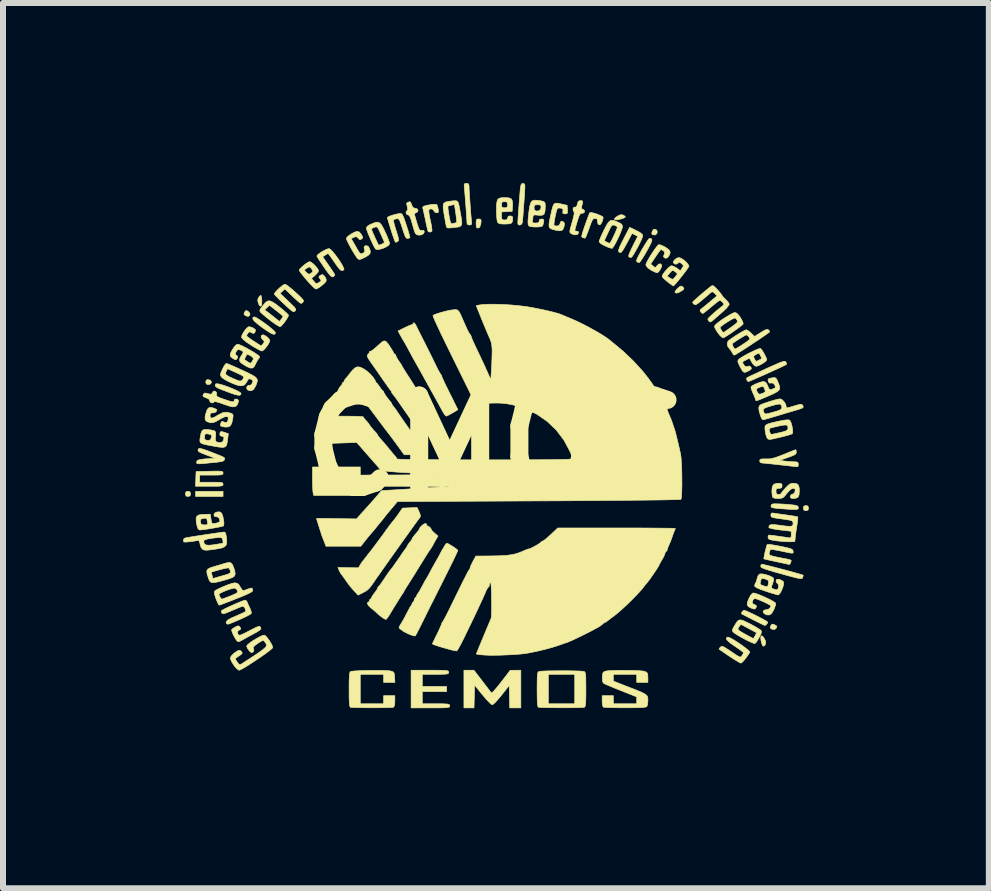
<source format=kicad_pcb>
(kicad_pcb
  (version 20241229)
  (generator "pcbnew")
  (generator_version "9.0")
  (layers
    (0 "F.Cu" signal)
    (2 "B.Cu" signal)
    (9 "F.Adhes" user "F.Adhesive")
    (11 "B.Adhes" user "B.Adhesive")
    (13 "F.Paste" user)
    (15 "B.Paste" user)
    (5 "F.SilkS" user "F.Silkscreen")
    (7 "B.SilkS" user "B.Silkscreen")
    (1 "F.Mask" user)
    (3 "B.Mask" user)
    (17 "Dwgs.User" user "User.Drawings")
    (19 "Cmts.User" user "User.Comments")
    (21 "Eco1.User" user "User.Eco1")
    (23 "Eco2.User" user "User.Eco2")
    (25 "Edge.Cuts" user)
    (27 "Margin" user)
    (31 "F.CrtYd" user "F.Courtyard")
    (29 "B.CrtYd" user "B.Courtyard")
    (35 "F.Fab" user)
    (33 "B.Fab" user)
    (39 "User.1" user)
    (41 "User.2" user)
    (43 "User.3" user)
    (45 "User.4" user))
  (footprint "CMOS"
    (layer "F.Cu")
    (at 5.204 4.374)
    (property "Reference" "CMOS" (at 0 0 0) (layer "F.SilkS") (effects (font (size 1.524 1.524) (thickness 0.3))))
    (attr through_hole)
    (fp_poly (pts (xy -4.538 0.847) (xy -4.995 0.847) (xy -4.995 0.762) (xy -4.538 0.762) (xy -4.538 0.847)) (stroke (width 0.01) (type solid)) (fill yes) (layer "F.SilkS"))
    (fp_poly (pts (xy -4.753 -1.091) (xy -4.732 -1.066) (xy -4.734 -1.044) (xy -4.758 -1.021) (xy -4.793 -1.017) (xy -4.815 -1.027) (xy -4.827 -1.056) (xy -4.82 -1.086) (xy -4.798 -1.1) (xy -4.796 -1.1) (xy -4.753 -1.091)) (stroke (width 0.01) (type solid)) (fill yes) (layer "F.SilkS"))
    (fp_poly (pts (xy -4.11 -2.228) (xy -4.09 -2.198) (xy -4.091 -2.178) (xy -4.112 -2.154) (xy -4.149 -2.158) (xy -4.17 -2.169) (xy -4.19 -2.19) (xy -4.182 -2.219) (xy -4.162 -2.247) (xy -4.138 -2.247) (xy -4.11 -2.228)) (stroke (width 0.01) (type solid)) (fill yes) (layer "F.SilkS"))
    (fp_poly (pts (xy 2.684 -3.593) (xy 2.697 -3.562) (xy 2.691 -3.536) (xy 2.665 -3.51) (xy 2.625 -3.512) (xy 2.613 -3.516) (xy 2.604 -3.535) (xy 2.61 -3.565) (xy 2.627 -3.594) (xy 2.649 -3.607) (xy 2.649 -3.607) (xy 2.684 -3.593)) (stroke (width 0.01) (type solid)) (fill yes) (layer "F.SilkS"))
    (fp_poly (pts (xy -5.09 0.769) (xy -5.08 0.797) (xy -5.08 0.804) (xy -5.087 0.837) (xy -5.115 0.846) (xy -5.122 0.847) (xy -5.155 0.84) (xy -5.164 0.812) (xy -5.165 0.804) (xy -5.158 0.772) (xy -5.13 0.762) (xy -5.122 0.762) (xy -5.09 0.769)) (stroke (width 0.01) (type solid)) (fill yes) (layer "F.SilkS"))
    (fp_poly (pts (xy 5.205 1.006) (xy 5.215 1.034) (xy 5.215 1.041) (xy 5.208 1.074) (xy 5.181 1.084) (xy 5.173 1.084) (xy 5.141 1.077) (xy 5.131 1.049) (xy 5.131 1.041) (xy 5.138 1.009) (xy 5.165 0.999) (xy 5.173 0.999) (xy 5.205 1.006)) (stroke (width 0.01) (type solid)) (fill yes) (layer "F.SilkS"))
    (fp_poly (pts (xy -3.905 -2.501) (xy -3.898 -2.474) (xy -3.892 -2.417) (xy -3.892 -2.415) (xy -3.893 -2.36) (xy -3.903 -2.328) (xy -3.92 -2.323) (xy -3.939 -2.347) (xy -3.945 -2.362) (xy -3.96 -2.412) (xy -3.956 -2.448) (xy -3.937 -2.479) (xy -3.917 -2.501) (xy -3.905 -2.501)) (stroke (width 0.01) (type solid)) (fill yes) (layer "F.SilkS"))
    (fp_poly (pts (xy -0.251 -3.772) (xy -0.239 -3.755) (xy -0.24 -3.718) (xy -0.248 -3.677) (xy -0.264 -3.636) (xy -0.29 -3.624) (xy -0.31 -3.629) (xy -0.319 -3.652) (xy -0.322 -3.7) (xy -0.32 -3.747) (xy -0.311 -3.769) (xy -0.291 -3.776) (xy -0.279 -3.776) (xy -0.251 -3.772)) (stroke (width 0.01) (type solid)) (fill yes) (layer "F.SilkS"))
    (fp_poly (pts (xy 2.128 -3.84) (xy 2.16 -3.821) (xy 2.162 -3.805) (xy 2.132 -3.789) (xy 2.102 -3.779) (xy 2.034 -3.762) (xy 1.993 -3.762) (xy 1.981 -3.774) (xy 1.994 -3.793) (xy 2.026 -3.818) (xy 2.035 -3.824) (xy 2.078 -3.845) (xy 2.111 -3.846) (xy 2.128 -3.84)) (stroke (width 0.01) (type solid)) (fill yes) (layer "F.SilkS"))
    (fp_poly (pts (xy 3.118 -2.647) (xy 3.132 -2.634) (xy 3.141 -2.614) (xy 3.126 -2.595) (xy 3.096 -2.575) (xy 3.044 -2.547) (xy 3.011 -2.541) (xy 2.991 -2.552) (xy 2.994 -2.569) (xy 3.015 -2.598) (xy 3.045 -2.629) (xy 3.074 -2.652) (xy 3.091 -2.659) (xy 3.118 -2.647)) (stroke (width 0.01) (type solid)) (fill yes) (layer "F.SilkS"))
    (fp_poly (pts (xy 4.456 3.181) (xy 4.48 3.214) (xy 4.498 3.254) (xy 4.504 3.282) (xy 4.493 3.32) (xy 4.481 3.334) (xy 4.462 3.342) (xy 4.448 3.324) (xy 4.438 3.3) (xy 4.424 3.246) (xy 4.42 3.2) (xy 4.426 3.172) (xy 4.435 3.167) (xy 4.456 3.181)) (stroke (width 0.01) (type solid)) (fill yes) (layer "F.SilkS"))
    (fp_poly (pts (xy 4.633 2.977) (xy 4.645 2.982) (xy 4.677 3) (xy 4.688 3.012) (xy 4.683 3.031) (xy 4.681 3.037) (xy 4.656 3.061) (xy 4.617 3.061) (xy 4.591 3.05) (xy 4.577 3.031) (xy 4.587 3.001) (xy 4.588 2.999) (xy 4.607 2.974) (xy 4.633 2.977)) (stroke (width 0.01) (type solid)) (fill yes) (layer "F.SilkS"))
    (fp_poly (pts (xy -3.998 -2.139) (xy -3.957 -2.115) (xy -3.902 -2.079) (xy -3.841 -2.036) (xy -3.781 -1.991) (xy -3.727 -1.947) (xy -3.687 -1.911) (xy -3.667 -1.887) (xy -3.666 -1.883) (xy -3.672 -1.86) (xy -3.693 -1.854) (xy -3.732 -1.868) (xy -3.789 -1.902) (xy -3.87 -1.957) (xy -3.883 -1.966) (xy -3.964 -2.028) (xy -4.017 -2.074) (xy -4.042 -2.109) (xy -4.041 -2.132) (xy -4.021 -2.145) (xy -3.998 -2.139)) (stroke (width 0.01) (type solid)) (fill yes) (layer "F.SilkS"))
    (fp_poly (pts (xy -4.595 -1.024) (xy -4.535 -1.007) (xy -4.466 -0.983) (xy -4.395 -0.955) (xy -4.33 -0.927) (xy -4.277 -0.9) (xy -4.244 -0.878) (xy -4.237 -0.865) (xy -4.245 -0.847) (xy -4.263 -0.839) (xy -4.295 -0.841) (xy -4.347 -0.854) (xy -4.423 -0.88) (xy -4.483 -0.903) (xy -4.567 -0.935) (xy -4.624 -0.959) (xy -4.656 -0.979) (xy -4.669 -0.997) (xy -4.667 -1.016) (xy -4.66 -1.028) (xy -4.639 -1.032) (xy -4.595 -1.024)) (stroke (width 0.01) (type solid)) (fill yes) (layer "F.SilkS"))
    (fp_poly (pts (xy 2.593 -3.45) (xy 2.606 -3.436) (xy 2.604 -3.409) (xy 2.586 -3.363) (xy 2.551 -3.295) (xy 2.519 -3.238) (xy 2.478 -3.167) (xy 2.441 -3.108) (xy 2.413 -3.067) (xy 2.397 -3.049) (xy 2.396 -3.049) (xy 2.368 -3.057) (xy 2.356 -3.063) (xy 2.35 -3.076) (xy 2.356 -3.102) (xy 2.376 -3.147) (xy 2.412 -3.213) (xy 2.441 -3.266) (xy 2.483 -3.336) (xy 2.52 -3.395) (xy 2.548 -3.436) (xy 2.564 -3.454) (xy 2.565 -3.454) (xy 2.593 -3.45)) (stroke (width 0.01) (type solid)) (fill yes) (layer "F.SilkS"))
    (fp_poly (pts (xy 4.723 0.971) (xy 4.771 0.973) (xy 4.874 0.98) (xy 4.947 0.987) (xy 4.997 0.994) (xy 5.027 1.003) (xy 5.041 1.014) (xy 5.046 1.03) (xy 5.046 1.034) (xy 5.045 1.047) (xy 5.038 1.057) (xy 5.02 1.062) (xy 4.987 1.064) (xy 4.934 1.063) (xy 4.857 1.058) (xy 4.755 1.051) (xy 4.676 1.044) (xy 4.625 1.037) (xy 4.599 1.026) (xy 4.59 1.011) (xy 4.595 0.99) (xy 4.604 0.978) (xy 4.624 0.971) (xy 4.662 0.969) (xy 4.723 0.971)) (stroke (width 0.01) (type solid)) (fill yes) (layer "F.SilkS"))
    (fp_poly (pts (xy 4.167 2.75) (xy 4.212 2.77) (xy 4.272 2.797) (xy 4.339 2.83) (xy 4.405 2.864) (xy 4.465 2.896) (xy 4.511 2.922) (xy 4.536 2.94) (xy 4.538 2.943) (xy 4.527 2.965) (xy 4.505 2.988) (xy 4.488 2.996) (xy 4.47 2.989) (xy 4.428 2.969) (xy 4.369 2.939) (xy 4.297 2.904) (xy 4.293 2.901) (xy 4.221 2.865) (xy 4.161 2.834) (xy 4.12 2.813) (xy 4.102 2.803) (xy 4.102 2.803) (xy 4.101 2.784) (xy 4.117 2.759) (xy 4.138 2.744) (xy 4.142 2.743) (xy 4.167 2.75)) (stroke (width 0.01) (type solid)) (fill yes) (layer "F.SilkS"))
    (fp_poly (pts (xy 0.485 -4.357) (xy 0.491 -4.331) (xy 0.49 -4.293) (xy 0.487 -4.231) (xy 0.482 -4.152) (xy 0.476 -4.062) (xy 0.469 -3.97) (xy 0.463 -3.882) (xy 0.457 -3.805) (xy 0.451 -3.747) (xy 0.448 -3.715) (xy 0.447 -3.713) (xy 0.431 -3.685) (xy 0.405 -3.674) (xy 0.381 -3.68) (xy 0.373 -3.702) (xy 0.374 -3.735) (xy 0.377 -3.794) (xy 0.383 -3.872) (xy 0.389 -3.961) (xy 0.396 -4.054) (xy 0.403 -4.142) (xy 0.409 -4.218) (xy 0.414 -4.274) (xy 0.416 -4.297) (xy 0.426 -4.344) (xy 0.441 -4.365) (xy 0.458 -4.369) (xy 0.485 -4.357)) (stroke (width 0.01) (type solid)) (fill yes) (layer "F.SilkS"))
    (fp_poly (pts (xy 4.451 1.978) (xy 4.496 1.988) (xy 4.561 2.004) (xy 4.642 2.024) (xy 4.732 2.048) (xy 4.824 2.072) (xy 4.914 2.096) (xy 4.995 2.119) (xy 5.062 2.138) (xy 5.108 2.152) (xy 5.127 2.159) (xy 5.125 2.175) (xy 5.118 2.197) (xy 5.113 2.208) (xy 5.103 2.214) (xy 5.085 2.216) (xy 5.055 2.212) (xy 5.007 2.202) (xy 4.939 2.184) (xy 4.845 2.159) (xy 4.763 2.136) (xy 4.644 2.103) (xy 4.555 2.076) (xy 4.492 2.056) (xy 4.45 2.039) (xy 4.428 2.026) (xy 4.42 2.014) (xy 4.42 2.012) (xy 4.426 1.983) (xy 4.433 1.975) (xy 4.451 1.978)) (stroke (width 0.01) (type solid)) (fill yes) (layer "F.SilkS"))
    (fp_poly (pts (xy -0.451 -4.362) (xy -0.441 -4.337) (xy -0.44 -4.323) (xy -0.439 -4.289) (xy -0.436 -4.228) (xy -0.431 -4.15) (xy -0.425 -4.06) (xy -0.418 -3.968) (xy -0.412 -3.88) (xy -0.405 -3.804) (xy -0.401 -3.749) (xy -0.399 -3.738) (xy -0.397 -3.696) (xy -0.406 -3.679) (xy -0.431 -3.675) (xy -0.433 -3.675) (xy -0.467 -3.684) (xy -0.474 -3.705) (xy -0.475 -3.735) (xy -0.479 -3.792) (xy -0.484 -3.868) (xy -0.49 -3.955) (xy -0.497 -4.046) (xy -0.504 -4.134) (xy -0.51 -4.211) (xy -0.515 -4.27) (xy -0.516 -4.28) (xy -0.521 -4.332) (xy -0.518 -4.358) (xy -0.504 -4.368) (xy -0.483 -4.369) (xy -0.451 -4.362)) (stroke (width 0.01) (type solid)) (fill yes) (layer "F.SilkS"))
    (fp_poly (pts (xy 4.829 -1.402) (xy 4.839 -1.393) (xy 4.839 -1.393) (xy 4.851 -1.366) (xy 4.847 -1.353) (xy 4.828 -1.342) (xy 4.784 -1.32) (xy 4.72 -1.29) (xy 4.643 -1.255) (xy 4.558 -1.216) (xy 4.472 -1.177) (xy 4.389 -1.141) (xy 4.316 -1.109) (xy 4.259 -1.084) (xy 4.223 -1.07) (xy 4.213 -1.067) (xy 4.195 -1.08) (xy 4.188 -1.093) (xy 4.185 -1.121) (xy 4.189 -1.129) (xy 4.206 -1.139) (xy 4.25 -1.161) (xy 4.315 -1.191) (xy 4.397 -1.229) (xy 4.49 -1.272) (xy 4.508 -1.281) (xy 4.614 -1.328) (xy 4.693 -1.363) (xy 4.75 -1.387) (xy 4.789 -1.4) (xy 4.814 -1.405) (xy 4.829 -1.402)) (stroke (width 0.01) (type solid)) (fill yes) (layer "F.SilkS"))
    (fp_poly (pts (xy -0.218 3.924) (xy -0.166 3.992) (xy -0.121 4.051) (xy -0.087 4.095) (xy -0.068 4.119) (xy -0.067 4.121) (xy -0.053 4.113) (xy -0.023 4.083) (xy 0.02 4.034) (xy 0.071 3.97) (xy 0.096 3.939) (xy 0.246 3.743) (xy 0.423 3.742) (xy 0.423 4.369) (xy 0.238 4.369) (xy 0.229 3.996) (xy 0.102 4.157) (xy 0.05 4.219) (xy 0.004 4.271) (xy -0.032 4.305) (xy -0.053 4.318) (xy -0.053 4.318) (xy -0.074 4.305) (xy -0.11 4.271) (xy -0.157 4.221) (xy -0.21 4.158) (xy -0.214 4.154) (xy -0.347 3.99) (xy -0.357 4.369) (xy -0.525 4.369) (xy -0.525 3.742) (xy -0.358 3.742) (xy -0.218 3.924)) (stroke (width 0.01) (type solid)) (fill yes) (layer "F.SilkS"))
    (fp_poly (pts (xy -4.57 0.428) (xy -4.549 0.433) (xy -4.54 0.442) (xy -4.538 0.456) (xy -4.538 0.457) (xy -4.54 0.471) (xy -4.55 0.481) (xy -4.573 0.487) (xy -4.615 0.49) (xy -4.683 0.491) (xy -4.733 0.491) (xy -4.928 0.491) (xy -4.928 0.61) (xy -4.733 0.61) (xy -4.649 0.61) (xy -4.594 0.612) (xy -4.561 0.616) (xy -4.544 0.623) (xy -4.539 0.635) (xy -4.538 0.643) (xy -4.54 0.657) (xy -4.549 0.666) (xy -4.57 0.672) (xy -4.609 0.676) (xy -4.671 0.677) (xy -4.762 0.677) (xy -4.767 0.677) (xy -4.997 0.677) (xy -4.992 0.555) (xy -4.987 0.432) (xy -4.763 0.427) (xy -4.672 0.425) (xy -4.609 0.425) (xy -4.57 0.428)) (stroke (width 0.01) (type solid)) (fill yes) (layer "F.SilkS"))
    (fp_poly (pts (xy 2.345 -3.584) (xy 2.41 -3.549) (xy 2.446 -3.52) (xy 2.455 -3.499) (xy 2.448 -3.47) (xy 2.428 -3.423) (xy 2.399 -3.363) (xy 2.366 -3.298) (xy 2.331 -3.236) (xy 2.3 -3.183) (xy 2.275 -3.147) (xy 2.261 -3.134) (xy 2.23 -3.141) (xy 2.223 -3.144) (xy 2.219 -3.161) (xy 2.232 -3.203) (xy 2.263 -3.272) (xy 2.286 -3.32) (xy 2.371 -3.487) (xy 2.323 -3.512) (xy 2.276 -3.536) (xy 2.192 -3.377) (xy 2.156 -3.312) (xy 2.125 -3.259) (xy 2.101 -3.226) (xy 2.091 -3.218) (xy 2.065 -3.221) (xy 2.052 -3.235) (xy 2.053 -3.263) (xy 2.069 -3.308) (xy 2.101 -3.376) (xy 2.134 -3.441) (xy 2.236 -3.637) (xy 2.345 -3.584)) (stroke (width 0.01) (type solid)) (fill yes) (layer "F.SilkS"))
    (fp_poly (pts (xy -4.906 0.05) (xy -4.858 0.064) (xy -4.786 0.089) (xy -4.734 0.109) (xy -4.645 0.144) (xy -4.583 0.168) (xy -4.543 0.186) (xy -4.521 0.199) (xy -4.512 0.21) (xy -4.512 0.221) (xy -4.516 0.234) (xy -4.523 0.248) (xy -4.542 0.259) (xy -4.578 0.267) (xy -4.636 0.276) (xy -4.722 0.285) (xy -4.73 0.285) (xy -4.826 0.295) (xy -4.894 0.301) (xy -4.938 0.303) (xy -4.963 0.301) (xy -4.975 0.296) (xy -4.978 0.286) (xy -4.978 0.272) (xy -4.971 0.253) (xy -4.946 0.238) (xy -4.899 0.228) (xy -4.826 0.22) (xy -4.75 0.216) (xy -4.665 0.212) (xy -4.808 0.159) (xy -4.882 0.13) (xy -4.928 0.109) (xy -4.951 0.091) (xy -4.956 0.073) (xy -4.947 0.054) (xy -4.934 0.047) (xy -4.906 0.05)) (stroke (width 0.01) (type solid)) (fill yes) (layer "F.SilkS"))
    (fp_poly (pts (xy -0.979 -4.017) (xy -0.966 -3.991) (xy -0.955 -3.948) (xy -0.954 -3.94) (xy -0.95 -3.899) (xy -0.957 -3.881) (xy -0.979 -3.878) (xy -1.013 -3.892) (xy -1.024 -3.912) (xy -1.046 -3.938) (xy -1.079 -3.945) (xy -1.107 -3.931) (xy -1.109 -3.928) (xy -1.11 -3.905) (xy -1.105 -3.857) (xy -1.093 -3.793) (xy -1.084 -3.751) (xy -1.069 -3.68) (xy -1.06 -3.622) (xy -1.057 -3.583) (xy -1.058 -3.573) (xy -1.083 -3.557) (xy -1.112 -3.562) (xy -1.126 -3.577) (xy -1.132 -3.602) (xy -1.143 -3.652) (xy -1.158 -3.718) (xy -1.168 -3.768) (xy -1.184 -3.842) (xy -1.198 -3.905) (xy -1.208 -3.949) (xy -1.211 -3.963) (xy -1.208 -3.979) (xy -1.183 -3.992) (xy -1.133 -4.005) (xy -1.106 -4.01) (xy -1.045 -4.019) (xy -0.999 -4.021) (xy -0.979 -4.017)) (stroke (width 0.01) (type solid)) (fill yes) (layer "F.SilkS"))
    (fp_poly (pts (xy -0.982 3.742) (xy -0.901 3.743) (xy -0.845 3.745) (xy -0.81 3.749) (xy -0.79 3.754) (xy -0.781 3.762) (xy -0.779 3.774) (xy -0.779 3.776) (xy -0.781 3.79) (xy -0.79 3.799) (xy -0.812 3.805) (xy -0.852 3.808) (xy -0.916 3.81) (xy -0.999 3.81) (xy -1.219 3.81) (xy -1.219 4.013) (xy -0.813 4.013) (xy -0.813 4.098) (xy -1.219 4.098) (xy -1.219 4.301) (xy -0.991 4.301) (xy -0.899 4.301) (xy -0.835 4.303) (xy -0.795 4.306) (xy -0.773 4.312) (xy -0.764 4.321) (xy -0.762 4.334) (xy -0.762 4.335) (xy -0.763 4.347) (xy -0.771 4.355) (xy -0.788 4.361) (xy -0.82 4.365) (xy -0.871 4.368) (xy -0.946 4.369) (xy -1.049 4.369) (xy -1.084 4.369) (xy -1.405 4.369) (xy -1.405 3.742) (xy -1.092 3.742) (xy -0.982 3.742)) (stroke (width 0.01) (type solid)) (fill yes) (layer "F.SilkS"))
    (fp_poly (pts (xy 1.636 -3.875) (xy 1.687 -3.859) (xy 1.737 -3.839) (xy 1.777 -3.82) (xy 1.795 -3.804) (xy 1.795 -3.803) (xy 1.79 -3.773) (xy 1.777 -3.729) (xy 1.776 -3.727) (xy 1.753 -3.687) (xy 1.728 -3.677) (xy 1.708 -3.696) (xy 1.701 -3.734) (xy 1.696 -3.77) (xy 1.676 -3.784) (xy 1.659 -3.785) (xy 1.639 -3.782) (xy 1.622 -3.769) (xy 1.606 -3.741) (xy 1.586 -3.692) (xy 1.56 -3.619) (xy 1.536 -3.551) (xy 1.514 -3.497) (xy 1.499 -3.464) (xy 1.493 -3.456) (xy 1.468 -3.462) (xy 1.453 -3.466) (xy 1.442 -3.472) (xy 1.438 -3.487) (xy 1.443 -3.516) (xy 1.457 -3.564) (xy 1.481 -3.637) (xy 1.493 -3.671) (xy 1.52 -3.748) (xy 1.544 -3.813) (xy 1.562 -3.859) (xy 1.572 -3.881) (xy 1.572 -3.881) (xy 1.594 -3.883) (xy 1.636 -3.875)) (stroke (width 0.01) (type solid)) (fill yes) (layer "F.SilkS"))
    (fp_poly (pts (xy -4.274 3.005) (xy -4.256 3.024) (xy -4.255 3.025) (xy -4.242 3.051) (xy -4.255 3.066) (xy -4.267 3.072) (xy -4.296 3.095) (xy -4.295 3.129) (xy -4.285 3.149) (xy -4.273 3.158) (xy -4.252 3.157) (xy -4.217 3.144) (xy -4.161 3.117) (xy -4.1 3.085) (xy -4.026 3.047) (xy -3.977 3.023) (xy -3.946 3.012) (xy -3.929 3.011) (xy -3.918 3.021) (xy -3.912 3.029) (xy -3.907 3.046) (xy -3.913 3.062) (xy -3.936 3.081) (xy -3.98 3.108) (xy -4.043 3.143) (xy -4.111 3.179) (xy -4.171 3.212) (xy -4.215 3.237) (xy -4.229 3.245) (xy -4.27 3.265) (xy -4.297 3.262) (xy -4.312 3.247) (xy -4.341 3.201) (xy -4.368 3.149) (xy -4.388 3.103) (xy -4.395 3.071) (xy -4.394 3.065) (xy -4.373 3.046) (xy -4.335 3.023) (xy -4.331 3.02) (xy -4.294 3.004) (xy -4.274 3.005)) (stroke (width 0.01) (type solid)) (fill yes) (layer "F.SilkS"))
    (fp_poly (pts (xy -3.48 -2.676) (xy -3.438 -2.645) (xy -3.383 -2.6) (xy -3.328 -2.551) (xy -3.266 -2.494) (xy -3.226 -2.454) (xy -3.204 -2.428) (xy -3.197 -2.41) (xy -3.202 -2.396) (xy -3.211 -2.386) (xy -3.224 -2.373) (xy -3.239 -2.37) (xy -3.26 -2.38) (xy -3.291 -2.405) (xy -3.34 -2.45) (xy -3.374 -2.482) (xy -3.508 -2.611) (xy -3.548 -2.573) (xy -3.588 -2.536) (xy -3.449 -2.404) (xy -3.389 -2.346) (xy -3.351 -2.307) (xy -3.331 -2.281) (xy -3.326 -2.263) (xy -3.333 -2.249) (xy -3.338 -2.243) (xy -3.351 -2.233) (xy -3.366 -2.232) (xy -3.389 -2.243) (xy -3.422 -2.269) (xy -3.472 -2.314) (xy -3.527 -2.365) (xy -3.587 -2.421) (xy -3.636 -2.47) (xy -3.67 -2.506) (xy -3.685 -2.525) (xy -3.685 -2.526) (xy -3.67 -2.552) (xy -3.637 -2.589) (xy -3.595 -2.629) (xy -3.553 -2.663) (xy -3.519 -2.685) (xy -3.505 -2.689) (xy -3.48 -2.676)) (stroke (width 0.01) (type solid)) (fill yes) (layer "F.SilkS"))
    (fp_poly (pts (xy 5.01 0.082) (xy 5.012 0.108) (xy 5.009 0.129) (xy 4.993 0.147) (xy 4.961 0.164) (xy 4.904 0.186) (xy 4.873 0.197) (xy 4.733 0.246) (xy 4.818 0.257) (xy 4.886 0.264) (xy 4.955 0.269) (xy 4.974 0.269) (xy 5.02 0.272) (xy 5.04 0.283) (xy 5.046 0.306) (xy 5.046 0.313) (xy 5.042 0.344) (xy 5.033 0.353) (xy 5.013 0.351) (xy 4.965 0.346) (xy 4.895 0.338) (xy 4.809 0.328) (xy 4.741 0.321) (xy 4.646 0.31) (xy 4.561 0.301) (xy 4.492 0.294) (xy 4.447 0.29) (xy 4.432 0.289) (xy 4.407 0.274) (xy 4.403 0.253) (xy 4.406 0.235) (xy 4.421 0.225) (xy 4.455 0.221) (xy 4.508 0.221) (xy 4.56 0.221) (xy 4.608 0.214) (xy 4.662 0.2) (xy 4.731 0.175) (xy 4.805 0.146) (xy 4.879 0.116) (xy 4.941 0.091) (xy 4.984 0.074) (xy 5.003 0.068) (xy 5.004 0.068) (xy 5.01 0.082)) (stroke (width 0.01) (type solid)) (fill yes) (layer "F.SilkS"))
    (fp_poly (pts (xy -4.411 1.951) (xy -4.383 1.979) (xy -4.36 2.032) (xy -4.341 2.096) (xy -4.336 2.142) (xy -4.349 2.174) (xy -4.385 2.199) (xy -4.446 2.221) (xy -4.504 2.238) (xy -4.598 2.264) (xy -4.665 2.279) (xy -4.711 2.284) (xy -4.741 2.276) (xy -4.761 2.256) (xy -4.776 2.223) (xy -4.782 2.207) (xy -4.804 2.136) (xy -4.807 2.108) (xy -4.735 2.108) (xy -4.721 2.161) (xy -4.708 2.214) (xy -4.558 2.171) (xy -4.488 2.151) (xy -4.444 2.136) (xy -4.422 2.122) (xy -4.414 2.107) (xy -4.416 2.088) (xy -4.43 2.053) (xy -4.445 2.038) (xy -4.47 2.039) (xy -4.518 2.048) (xy -4.581 2.064) (xy -4.601 2.069) (xy -4.735 2.108) (xy -4.807 2.108) (xy -4.809 2.09) (xy -4.794 2.059) (xy -4.755 2.037) (xy -4.688 2.015) (xy -4.686 2.015) (xy -4.619 1.995) (xy -4.558 1.977) (xy -4.516 1.964) (xy -4.514 1.963) (xy -4.452 1.947) (xy -4.411 1.951)) (stroke (width 0.01) (type solid)) (fill yes) (layer "F.SilkS"))
    (fp_poly (pts (xy -2.746 -3.267) (xy -2.711 -3.231) (xy -2.67 -3.181) (xy -2.626 -3.122) (xy -2.586 -3.062) (xy -2.552 -3.006) (xy -2.53 -2.961) (xy -2.523 -2.933) (xy -2.525 -2.928) (xy -2.548 -2.917) (xy -2.57 -2.919) (xy -2.594 -2.937) (xy -2.626 -2.976) (xy -2.671 -3.039) (xy -2.682 -3.056) (xy -2.724 -3.116) (xy -2.758 -3.164) (xy -2.781 -3.194) (xy -2.788 -3.2) (xy -2.806 -3.192) (xy -2.837 -3.173) (xy -2.878 -3.146) (xy -2.777 -3.001) (xy -2.735 -2.94) (xy -2.701 -2.889) (xy -2.68 -2.854) (xy -2.675 -2.842) (xy -2.689 -2.824) (xy -2.705 -2.813) (xy -2.721 -2.811) (xy -2.739 -2.821) (xy -2.766 -2.849) (xy -2.802 -2.897) (xy -2.853 -2.969) (xy -2.899 -3.037) (xy -2.937 -3.094) (xy -2.964 -3.137) (xy -2.975 -3.158) (xy -2.975 -3.158) (xy -2.964 -3.177) (xy -2.931 -3.204) (xy -2.886 -3.234) (xy -2.837 -3.26) (xy -2.795 -3.278) (xy -2.77 -3.282) (xy -2.746 -3.267)) (stroke (width 0.01) (type solid)) (fill yes) (layer "F.SilkS"))
    (fp_poly (pts (xy -4.668 -0.905) (xy -4.645 -0.883) (xy -4.647 -0.856) (xy -4.648 -0.836) (xy -4.637 -0.82) (xy -4.608 -0.804) (xy -4.556 -0.784) (xy -4.525 -0.773) (xy -4.448 -0.747) (xy -4.398 -0.733) (xy -4.369 -0.73) (xy -4.355 -0.738) (xy -4.352 -0.754) (xy -4.34 -0.775) (xy -4.31 -0.775) (xy -4.29 -0.766) (xy -4.28 -0.748) (xy -4.288 -0.713) (xy -4.293 -0.698) (xy -4.312 -0.666) (xy -4.338 -0.649) (xy -4.378 -0.646) (xy -4.435 -0.659) (xy -4.516 -0.686) (xy -4.546 -0.697) (xy -4.617 -0.721) (xy -4.665 -0.732) (xy -4.687 -0.731) (xy -4.687 -0.729) (xy -4.707 -0.712) (xy -4.735 -0.714) (xy -4.756 -0.732) (xy -4.758 -0.744) (xy -4.773 -0.774) (xy -4.818 -0.796) (xy -4.86 -0.813) (xy -4.874 -0.829) (xy -4.866 -0.854) (xy -4.861 -0.862) (xy -4.844 -0.876) (xy -4.814 -0.873) (xy -4.791 -0.866) (xy -4.746 -0.856) (xy -4.72 -0.868) (xy -4.703 -0.903) (xy -4.686 -0.909) (xy -4.668 -0.905)) (stroke (width 0.01) (type solid)) (fill yes) (layer "F.SilkS"))
    (fp_poly (pts (xy -1.414 -4.056) (xy -1.402 -4.029) (xy -1.394 -4.005) (xy -1.373 -3.966) (xy -1.34 -3.954) (xy -1.336 -3.954) (xy -1.302 -3.943) (xy -1.289 -3.919) (xy -1.298 -3.894) (xy -1.32 -3.883) (xy -1.347 -3.865) (xy -1.348 -3.846) (xy -1.319 -3.747) (xy -1.298 -3.676) (xy -1.281 -3.629) (xy -1.268 -3.601) (xy -1.256 -3.587) (xy -1.243 -3.584) (xy -1.227 -3.586) (xy -1.195 -3.586) (xy -1.186 -3.566) (xy -1.185 -3.56) (xy -1.2 -3.53) (xy -1.234 -3.511) (xy -1.277 -3.506) (xy -1.315 -3.516) (xy -1.334 -3.535) (xy -1.346 -3.564) (xy -1.363 -3.617) (xy -1.382 -3.682) (xy -1.388 -3.704) (xy -1.409 -3.775) (xy -1.427 -3.818) (xy -1.443 -3.839) (xy -1.459 -3.844) (xy -1.482 -3.857) (xy -1.491 -3.884) (xy -1.481 -3.909) (xy -1.471 -3.915) (xy -1.461 -3.931) (xy -1.467 -3.971) (xy -1.47 -3.984) (xy -1.479 -4.025) (xy -1.474 -4.046) (xy -1.453 -4.056) (xy -1.428 -4.063) (xy -1.414 -4.056)) (stroke (width 0.01) (type solid)) (fill yes) (layer "F.SilkS"))
    (fp_poly (pts (xy -1.903 3.745) (xy -1.827 3.747) (xy -1.77 3.751) (xy -1.743 3.755) (xy -1.709 3.766) (xy -1.691 3.782) (xy -1.683 3.815) (xy -1.68 3.858) (xy -1.675 3.945) (xy -1.863 3.945) (xy -1.863 3.81) (xy -2.252 3.81) (xy -2.252 4.301) (xy -1.863 4.301) (xy -1.863 4.166) (xy -1.676 4.166) (xy -1.676 4.257) (xy -1.679 4.316) (xy -1.69 4.348) (xy -1.703 4.359) (xy -1.728 4.362) (xy -1.78 4.364) (xy -1.854 4.366) (xy -1.941 4.367) (xy -2.037 4.367) (xy -2.134 4.367) (xy -2.226 4.366) (xy -2.307 4.364) (xy -2.37 4.362) (xy -2.409 4.359) (xy -2.417 4.358) (xy -2.426 4.345) (xy -2.432 4.311) (xy -2.436 4.254) (xy -2.438 4.17) (xy -2.438 4.064) (xy -2.438 3.949) (xy -2.435 3.865) (xy -2.431 3.808) (xy -2.424 3.776) (xy -2.417 3.764) (xy -2.392 3.759) (xy -2.34 3.754) (xy -2.267 3.75) (xy -2.18 3.747) (xy -2.086 3.745) (xy -1.992 3.745) (xy -1.903 3.745)) (stroke (width 0.01) (type solid)) (fill yes) (layer "F.SilkS"))
    (fp_poly (pts (xy 3.892 3.195) (xy 3.934 3.216) (xy 3.989 3.248) (xy 4.05 3.288) (xy 4.112 3.33) (xy 4.168 3.372) (xy 4.211 3.408) (xy 4.236 3.434) (xy 4.238 3.443) (xy 4.202 3.498) (xy 4.163 3.551) (xy 4.127 3.594) (xy 4.099 3.619) (xy 4.09 3.624) (xy 4.068 3.615) (xy 4.025 3.59) (xy 3.967 3.554) (xy 3.901 3.511) (xy 3.835 3.467) (xy 3.781 3.429) (xy 3.742 3.403) (xy 3.726 3.392) (xy 3.731 3.377) (xy 3.747 3.358) (xy 3.762 3.346) (xy 3.779 3.344) (xy 3.804 3.353) (xy 3.844 3.377) (xy 3.904 3.416) (xy 3.928 3.433) (xy 3.995 3.478) (xy 4.04 3.506) (xy 4.068 3.52) (xy 4.086 3.521) (xy 4.098 3.511) (xy 4.106 3.5) (xy 4.126 3.468) (xy 4.132 3.451) (xy 4.119 3.436) (xy 4.083 3.408) (xy 4.031 3.371) (xy 3.988 3.342) (xy 3.912 3.289) (xy 3.866 3.249) (xy 3.846 3.219) (xy 3.852 3.199) (xy 3.868 3.19) (xy 3.892 3.195)) (stroke (width 0.01) (type solid)) (fill yes) (layer "F.SilkS"))
    (fp_poly (pts (xy -3.721 -2.397) (xy -3.663 -2.36) (xy -3.6 -2.311) (xy -3.54 -2.263) (xy -3.491 -2.22) (xy -3.458 -2.188) (xy -3.448 -2.175) (xy -3.453 -2.152) (xy -3.475 -2.113) (xy -3.506 -2.067) (xy -3.54 -2.024) (xy -3.57 -1.992) (xy -3.588 -1.981) (xy -3.609 -1.99) (xy -3.647 -2.012) (xy -3.668 -2.026) (xy -3.717 -2.06) (xy -3.773 -2.103) (xy -3.829 -2.148) (xy -3.877 -2.189) (xy -3.909 -2.218) (xy -3.916 -2.227) (xy -3.925 -2.243) (xy -3.924 -2.261) (xy -3.924 -2.261) (xy -3.846 -2.261) (xy -3.805 -2.232) (xy -3.77 -2.205) (xy -3.72 -2.166) (xy -3.681 -2.135) (xy -3.598 -2.068) (xy -3.569 -2.105) (xy -3.547 -2.136) (xy -3.539 -2.153) (xy -3.552 -2.167) (xy -3.585 -2.197) (xy -3.633 -2.235) (xy -3.652 -2.25) (xy -3.765 -2.338) (xy -3.805 -2.3) (xy -3.846 -2.261) (xy -3.924 -2.261) (xy -3.908 -2.288) (xy -3.875 -2.333) (xy -3.874 -2.334) (xy -3.834 -2.381) (xy -3.8 -2.407) (xy -3.764 -2.413) (xy -3.721 -2.397)) (stroke (width 0.01) (type solid)) (fill yes) (layer "F.SilkS"))
    (fp_poly (pts (xy 1.444 -4.079) (xy 1.454 -4.066) (xy 1.45 -4.035) (xy 1.441 -4.001) (xy 1.433 -3.963) (xy 1.441 -3.944) (xy 1.459 -3.936) (xy 1.484 -3.917) (xy 1.484 -3.891) (xy 1.462 -3.873) (xy 1.443 -3.871) (xy 1.423 -3.867) (xy 1.407 -3.852) (xy 1.39 -3.818) (xy 1.371 -3.76) (xy 1.363 -3.734) (xy 1.341 -3.661) (xy 1.328 -3.614) (xy 1.324 -3.588) (xy 1.329 -3.576) (xy 1.343 -3.573) (xy 1.356 -3.573) (xy 1.383 -3.564) (xy 1.385 -3.543) (xy 1.366 -3.517) (xy 1.326 -3.511) (xy 1.277 -3.524) (xy 1.274 -3.526) (xy 1.254 -3.537) (xy 1.242 -3.55) (xy 1.239 -3.572) (xy 1.246 -3.609) (xy 1.262 -3.667) (xy 1.28 -3.73) (xy 1.301 -3.806) (xy 1.311 -3.856) (xy 1.311 -3.886) (xy 1.303 -3.904) (xy 1.291 -3.934) (xy 1.298 -3.962) (xy 1.318 -3.975) (xy 1.329 -3.973) (xy 1.348 -3.978) (xy 1.362 -4.011) (xy 1.364 -4.022) (xy 1.377 -4.063) (xy 1.398 -4.079) (xy 1.416 -4.081) (xy 1.444 -4.079)) (stroke (width 0.01) (type solid)) (fill yes) (layer "F.SilkS"))
    (fp_poly (pts (xy -4.146 2.588) (xy -4.138 2.603) (xy -4.125 2.637) (xy -4.102 2.684) (xy -4.093 2.702) (xy -4.074 2.749) (xy -4.066 2.786) (xy -4.068 2.796) (xy -4.086 2.811) (xy -4.131 2.836) (xy -4.196 2.868) (xy -4.277 2.904) (xy -4.368 2.943) (xy -4.446 2.974) (xy -4.472 2.972) (xy -4.476 2.97) (xy -4.487 2.942) (xy -4.468 2.912) (xy -4.415 2.88) (xy -4.39 2.868) (xy -4.323 2.839) (xy -4.256 2.809) (xy -4.221 2.794) (xy -4.177 2.773) (xy -4.16 2.756) (xy -4.161 2.735) (xy -4.168 2.719) (xy -4.189 2.687) (xy -4.206 2.675) (xy -4.229 2.682) (xy -4.275 2.699) (xy -4.336 2.725) (xy -4.384 2.745) (xy -4.458 2.777) (xy -4.508 2.795) (xy -4.538 2.8) (xy -4.554 2.795) (xy -4.557 2.792) (xy -4.567 2.763) (xy -4.567 2.753) (xy -4.55 2.741) (xy -4.51 2.719) (xy -4.452 2.691) (xy -4.386 2.661) (xy -4.317 2.63) (xy -4.254 2.604) (xy -4.203 2.584) (xy -4.173 2.575) (xy -4.169 2.574) (xy -4.146 2.588)) (stroke (width 0.01) (type solid)) (fill yes) (layer "F.SilkS"))
    (fp_poly (pts (xy 1.054 -4.035) (xy 1.103 -4.024) (xy 1.194 -4.004) (xy 1.199 -3.932) (xy 1.201 -3.887) (xy 1.193 -3.867) (xy 1.172 -3.861) (xy 1.159 -3.861) (xy 1.127 -3.865) (xy 1.121 -3.884) (xy 1.124 -3.903) (xy 1.127 -3.935) (xy 1.105 -3.952) (xy 1.091 -3.956) (xy 1.054 -3.959) (xy 1.033 -3.952) (xy 1.023 -3.928) (xy 1.01 -3.883) (xy 0.997 -3.825) (xy 0.985 -3.764) (xy 0.977 -3.712) (xy 0.975 -3.678) (xy 0.976 -3.671) (xy 0.997 -3.661) (xy 1.025 -3.658) (xy 1.061 -3.669) (xy 1.077 -3.7) (xy 1.09 -3.734) (xy 1.109 -3.739) (xy 1.134 -3.726) (xy 1.148 -3.708) (xy 1.148 -3.675) (xy 1.142 -3.646) (xy 1.127 -3.605) (xy 1.104 -3.583) (xy 1.065 -3.579) (xy 1.003 -3.589) (xy 0.988 -3.592) (xy 0.939 -3.606) (xy 0.908 -3.623) (xy 0.893 -3.651) (xy 0.893 -3.696) (xy 0.904 -3.763) (xy 0.915 -3.812) (xy 0.935 -3.906) (xy 0.952 -3.972) (xy 0.968 -4.013) (xy 0.988 -4.034) (xy 1.016 -4.04) (xy 1.054 -4.035)) (stroke (width 0.01) (type solid)) (fill yes) (layer "F.SilkS"))
    (fp_poly (pts (xy 4.331 2.462) (xy 4.384 2.48) (xy 4.448 2.507) (xy 4.515 2.537) (xy 4.579 2.568) (xy 4.631 2.597) (xy 4.663 2.619) (xy 4.67 2.628) (xy 4.666 2.657) (xy 4.65 2.704) (xy 4.636 2.737) (xy 4.602 2.794) (xy 4.566 2.821) (xy 4.521 2.82) (xy 4.491 2.807) (xy 4.461 2.781) (xy 4.461 2.755) (xy 4.488 2.737) (xy 4.509 2.735) (xy 4.555 2.722) (xy 4.584 2.691) (xy 4.589 2.671) (xy 4.575 2.657) (xy 4.537 2.636) (xy 4.484 2.61) (xy 4.482 2.609) (xy 4.407 2.576) (xy 4.357 2.556) (xy 4.325 2.549) (xy 4.306 2.553) (xy 4.294 2.568) (xy 4.287 2.583) (xy 4.277 2.615) (xy 4.289 2.634) (xy 4.31 2.645) (xy 4.343 2.663) (xy 4.349 2.683) (xy 4.336 2.708) (xy 4.32 2.722) (xy 4.293 2.719) (xy 4.269 2.71) (xy 4.22 2.686) (xy 4.196 2.658) (xy 4.195 2.621) (xy 4.215 2.565) (xy 4.222 2.549) (xy 4.254 2.49) (xy 4.282 2.46) (xy 4.298 2.455) (xy 4.331 2.462)) (stroke (width 0.01) (type solid)) (fill yes) (layer "F.SilkS"))
    (fp_poly (pts (xy 1.991 -3.744) (xy 2.037 -3.725) (xy 2.087 -3.7) (xy 2.111 -3.676) (xy 2.117 -3.65) (xy 2.11 -3.617) (xy 2.091 -3.566) (xy 2.065 -3.504) (xy 2.034 -3.438) (xy 2.003 -3.376) (xy 1.974 -3.326) (xy 1.952 -3.294) (xy 1.942 -3.286) (xy 1.912 -3.293) (xy 1.881 -3.303) (xy 1.801 -3.339) (xy 1.751 -3.368) (xy 1.73 -3.393) (xy 1.728 -3.401) (xy 1.731 -3.413) (xy 1.813 -3.413) (xy 1.851 -3.392) (xy 1.884 -3.376) (xy 1.902 -3.37) (xy 1.915 -3.384) (xy 1.937 -3.422) (xy 1.964 -3.477) (xy 1.974 -3.498) (xy 2.001 -3.558) (xy 2.021 -3.607) (xy 2.031 -3.636) (xy 2.032 -3.64) (xy 2.018 -3.655) (xy 1.986 -3.67) (xy 1.963 -3.676) (xy 1.946 -3.672) (xy 1.929 -3.654) (xy 1.908 -3.615) (xy 1.877 -3.551) (xy 1.876 -3.549) (xy 1.813 -3.413) (xy 1.731 -3.413) (xy 1.736 -3.427) (xy 1.755 -3.476) (xy 1.784 -3.539) (xy 1.809 -3.59) (xy 1.849 -3.669) (xy 1.882 -3.721) (xy 1.913 -3.748) (xy 1.947 -3.755) (xy 1.991 -3.744)) (stroke (width 0.01) (type solid)) (fill yes) (layer "F.SilkS"))
    (fp_poly (pts (xy 2.748 -3.344) (xy 2.793 -3.326) (xy 2.841 -3.299) (xy 2.882 -3.269) (xy 2.903 -3.247) (xy 2.911 -3.214) (xy 2.896 -3.173) (xy 2.896 -3.172) (xy 2.866 -3.131) (xy 2.837 -3.121) (xy 2.813 -3.131) (xy 2.799 -3.149) (xy 2.808 -3.178) (xy 2.811 -3.183) (xy 2.821 -3.215) (xy 2.807 -3.238) (xy 2.8 -3.244) (xy 2.771 -3.262) (xy 2.758 -3.268) (xy 2.745 -3.255) (xy 2.718 -3.22) (xy 2.683 -3.169) (xy 2.667 -3.146) (xy 2.586 -3.025) (xy 2.626 -2.992) (xy 2.655 -2.971) (xy 2.672 -2.972) (xy 2.69 -2.996) (xy 2.721 -3.025) (xy 2.751 -3.028) (xy 2.771 -3.006) (xy 2.768 -2.98) (xy 2.75 -2.942) (xy 2.727 -2.906) (xy 2.704 -2.883) (xy 2.695 -2.88) (xy 2.672 -2.886) (xy 2.644 -2.897) (xy 2.586 -2.927) (xy 2.538 -2.963) (xy 2.51 -2.999) (xy 2.506 -3.015) (xy 2.515 -3.043) (xy 2.539 -3.089) (xy 2.574 -3.148) (xy 2.613 -3.21) (xy 2.653 -3.269) (xy 2.688 -3.316) (xy 2.713 -3.343) (xy 2.719 -3.347) (xy 2.748 -3.344)) (stroke (width 0.01) (type solid)) (fill yes) (layer "F.SilkS"))
    (fp_poly (pts (xy 4.111 2.909) (xy 4.167 2.932) (xy 4.243 2.97) (xy 4.311 3.007) (xy 4.369 3.041) (xy 4.409 3.067) (xy 4.424 3.078) (xy 4.432 3.098) (xy 4.427 3.128) (xy 4.405 3.175) (xy 4.393 3.197) (xy 4.364 3.247) (xy 4.338 3.284) (xy 4.323 3.297) (xy 4.301 3.293) (xy 4.257 3.275) (xy 4.197 3.247) (xy 4.155 3.225) (xy 4.087 3.188) (xy 4.027 3.153) (xy 3.984 3.125) (xy 3.971 3.114) (xy 3.952 3.094) (xy 3.947 3.075) (xy 3.953 3.057) (xy 4.041 3.057) (xy 4.055 3.077) (xy 4.09 3.101) (xy 4.15 3.136) (xy 4.178 3.151) (xy 4.233 3.181) (xy 4.275 3.203) (xy 4.295 3.215) (xy 4.296 3.215) (xy 4.306 3.203) (xy 4.324 3.172) (xy 4.326 3.168) (xy 4.351 3.118) (xy 4.221 3.048) (xy 4.09 2.978) (xy 4.06 3.015) (xy 4.044 3.038) (xy 4.041 3.057) (xy 3.953 3.057) (xy 3.956 3.049) (xy 3.981 3.003) (xy 3.982 3.001) (xy 4.014 2.949) (xy 4.041 2.916) (xy 4.071 2.903) (xy 4.111 2.909)) (stroke (width 0.01) (type solid)) (fill yes) (layer "F.SilkS"))
    (fp_poly (pts (xy -4.069 -1.974) (xy -4.03 -1.956) (xy -4.002 -1.935) (xy -3.997 -1.923) (xy -4.005 -1.893) (xy -4.011 -1.882) (xy -4.027 -1.868) (xy -4.052 -1.876) (xy -4.063 -1.882) (xy -4.093 -1.896) (xy -4.114 -1.884) (xy -4.125 -1.872) (xy -4.142 -1.842) (xy -4.145 -1.826) (xy -4.129 -1.812) (xy -4.092 -1.784) (xy -4.041 -1.749) (xy -4.022 -1.737) (xy -3.903 -1.66) (xy -3.872 -1.697) (xy -3.852 -1.725) (xy -3.855 -1.744) (xy -3.878 -1.765) (xy -3.902 -1.796) (xy -3.903 -1.827) (xy -3.883 -1.844) (xy -3.872 -1.846) (xy -3.839 -1.834) (xy -3.801 -1.808) (xy -3.77 -1.775) (xy -3.759 -1.75) (xy -3.769 -1.717) (xy -3.794 -1.674) (xy -3.828 -1.629) (xy -3.861 -1.593) (xy -3.888 -1.576) (xy -3.891 -1.576) (xy -3.917 -1.585) (xy -3.963 -1.609) (xy -4.024 -1.644) (xy -4.072 -1.674) (xy -4.15 -1.726) (xy -4.202 -1.769) (xy -4.228 -1.799) (xy -4.23 -1.805) (xy -4.223 -1.838) (xy -4.2 -1.882) (xy -4.169 -1.928) (xy -4.137 -1.964) (xy -4.11 -1.981) (xy -4.107 -1.981) (xy -4.069 -1.974)) (stroke (width 0.01) (type solid)) (fill yes) (layer "F.SilkS"))
    (fp_poly (pts (xy -2.269 -3.559) (xy -2.241 -3.527) (xy -2.235 -3.518) (xy -2.214 -3.481) (xy -2.212 -3.461) (xy -2.226 -3.444) (xy -2.231 -3.441) (xy -2.256 -3.43) (xy -2.277 -3.444) (xy -2.287 -3.455) (xy -2.31 -3.479) (xy -2.336 -3.479) (xy -2.359 -3.47) (xy -2.404 -3.449) (xy -2.373 -3.397) (xy -2.346 -3.35) (xy -2.313 -3.292) (xy -2.297 -3.264) (xy -2.269 -3.219) (xy -2.25 -3.198) (xy -2.23 -3.196) (xy -2.209 -3.204) (xy -2.178 -3.227) (xy -2.177 -3.25) (xy -2.19 -3.299) (xy -2.177 -3.326) (xy -2.158 -3.332) (xy -2.123 -3.323) (xy -2.103 -3.294) (xy -2.084 -3.24) (xy -2.089 -3.201) (xy -2.121 -3.168) (xy -2.167 -3.141) (xy -2.223 -3.114) (xy -2.257 -3.102) (xy -2.28 -3.104) (xy -2.299 -3.12) (xy -2.306 -3.128) (xy -2.329 -3.161) (xy -2.361 -3.213) (xy -2.398 -3.275) (xy -2.433 -3.339) (xy -2.462 -3.395) (xy -2.479 -3.432) (xy -2.48 -3.436) (xy -2.481 -3.46) (xy -2.463 -3.483) (xy -2.422 -3.514) (xy -2.41 -3.521) (xy -2.347 -3.557) (xy -2.303 -3.569) (xy -2.269 -3.559)) (stroke (width 0.01) (type solid)) (fill yes) (layer "F.SilkS"))
    (fp_poly (pts (xy -1.931 -3.712) (xy -1.899 -3.678) (xy -1.866 -3.619) (xy -1.836 -3.556) (xy -1.805 -3.486) (xy -1.781 -3.426) (xy -1.766 -3.383) (xy -1.762 -3.367) (xy -1.776 -3.341) (xy -1.814 -3.314) (xy -1.864 -3.29) (xy -1.918 -3.273) (xy -1.965 -3.266) (xy -1.995 -3.273) (xy -1.997 -3.275) (xy -2.016 -3.305) (xy -2.042 -3.356) (xy -2.072 -3.42) (xy -2.101 -3.487) (xy -2.127 -3.549) (xy -2.144 -3.598) (xy -2.147 -3.608) (xy -2.066 -3.608) (xy -2.059 -3.587) (xy -2.041 -3.544) (xy -2.016 -3.487) (xy -2.007 -3.466) (xy -1.947 -3.338) (xy -1.895 -3.356) (xy -1.862 -3.373) (xy -1.851 -3.391) (xy -1.852 -3.393) (xy -1.862 -3.417) (xy -1.882 -3.462) (xy -1.908 -3.521) (xy -1.914 -3.533) (xy -1.941 -3.594) (xy -1.961 -3.629) (xy -1.977 -3.644) (xy -1.996 -3.644) (xy -2.017 -3.637) (xy -2.051 -3.622) (xy -2.066 -3.608) (xy -2.066 -3.608) (xy -2.147 -3.608) (xy -2.151 -3.623) (xy -2.137 -3.652) (xy -2.094 -3.68) (xy -2.07 -3.691) (xy -2.011 -3.715) (xy -1.966 -3.723) (xy -1.931 -3.712)) (stroke (width 0.01) (type solid)) (fill yes) (layer "F.SilkS"))
    (fp_poly (pts (xy -0.655 -4.079) (xy -0.633 -4.069) (xy -0.618 -4.044) (xy -0.606 -3.998) (xy -0.593 -3.927) (xy -0.584 -3.876) (xy -0.568 -3.785) (xy -0.56 -3.722) (xy -0.563 -3.682) (xy -0.58 -3.657) (xy -0.613 -3.644) (xy -0.666 -3.636) (xy -0.709 -3.631) (xy -0.766 -3.626) (xy -0.797 -3.627) (xy -0.812 -3.637) (xy -0.82 -3.658) (xy -0.82 -3.66) (xy -0.827 -3.694) (xy -0.837 -3.751) (xy -0.85 -3.823) (xy -0.856 -3.859) (xy -0.869 -3.943) (xy -0.87 -3.971) (xy -0.792 -3.971) (xy -0.788 -3.928) (xy -0.78 -3.875) (xy -0.766 -3.795) (xy -0.755 -3.742) (xy -0.746 -3.712) (xy -0.735 -3.699) (xy -0.719 -3.697) (xy -0.698 -3.702) (xy -0.662 -3.712) (xy -0.646 -3.718) (xy -0.645 -3.736) (xy -0.649 -3.78) (xy -0.657 -3.841) (xy -0.661 -3.87) (xy -0.683 -4.016) (xy -0.734 -4.006) (xy -0.772 -3.997) (xy -0.791 -3.989) (xy -0.792 -3.971) (xy -0.87 -3.971) (xy -0.871 -4) (xy -0.861 -4.036) (xy -0.833 -4.057) (xy -0.785 -4.068) (xy -0.734 -4.075) (xy -0.687 -4.079) (xy -0.655 -4.079)) (stroke (width 0.01) (type solid)) (fill yes) (layer "F.SilkS"))
    (fp_poly (pts (xy 4.021 -2.206) (xy 4.057 -2.168) (xy 4.081 -2.134) (xy 4.109 -2.085) (xy 4.125 -2.045) (xy 4.127 -2.027) (xy 4.11 -2.009) (xy 4.072 -1.979) (xy 4.019 -1.94) (xy 3.96 -1.898) (xy 3.9 -1.857) (xy 3.847 -1.823) (xy 3.808 -1.801) (xy 3.792 -1.795) (xy 3.771 -1.807) (xy 3.741 -1.835) (xy 3.738 -1.838) (xy 3.702 -1.885) (xy 3.67 -1.935) (xy 3.655 -1.966) (xy 3.742 -1.966) (xy 3.751 -1.945) (xy 3.768 -1.918) (xy 3.795 -1.88) (xy 3.92 -1.967) (xy 3.98 -2.011) (xy 4.016 -2.041) (xy 4.031 -2.062) (xy 4.031 -2.08) (xy 4.029 -2.085) (xy 4.007 -2.115) (xy 3.995 -2.126) (xy 3.975 -2.122) (xy 3.935 -2.103) (xy 3.886 -2.074) (xy 3.833 -2.04) (xy 3.786 -2.008) (xy 3.753 -1.981) (xy 3.742 -1.966) (xy 3.655 -1.966) (xy 3.652 -1.972) (xy 3.651 -1.994) (xy 3.667 -2.014) (xy 3.67 -2.018) (xy 3.711 -2.052) (xy 3.767 -2.093) (xy 3.829 -2.134) (xy 3.891 -2.172) (xy 3.944 -2.201) (xy 3.981 -2.217) (xy 3.989 -2.218) (xy 4.021 -2.206)) (stroke (width 0.01) (type solid)) (fill yes) (layer "F.SilkS"))
    (fp_poly (pts (xy -4.706 -0.629) (xy -4.701 -0.627) (xy -4.662 -0.611) (xy -4.641 -0.598) (xy -4.64 -0.596) (xy -4.655 -0.562) (xy -4.692 -0.546) (xy -4.709 -0.546) (xy -4.74 -0.543) (xy -4.753 -0.518) (xy -4.755 -0.504) (xy -4.751 -0.468) (xy -4.727 -0.458) (xy -4.683 -0.472) (xy -4.623 -0.508) (xy -4.548 -0.547) (xy -4.48 -0.557) (xy -4.41 -0.541) (xy -4.381 -0.527) (xy -4.371 -0.506) (xy -4.374 -0.465) (xy -4.375 -0.457) (xy -4.391 -0.381) (xy -4.414 -0.334) (xy -4.448 -0.312) (xy -4.5 -0.309) (xy -4.552 -0.317) (xy -4.58 -0.329) (xy -4.581 -0.356) (xy -4.579 -0.361) (xy -4.567 -0.394) (xy -4.553 -0.403) (xy -4.521 -0.393) (xy -4.516 -0.391) (xy -4.485 -0.383) (xy -4.467 -0.397) (xy -4.456 -0.423) (xy -4.45 -0.465) (xy -4.467 -0.484) (xy -4.507 -0.48) (xy -4.568 -0.453) (xy -4.602 -0.433) (xy -4.662 -0.399) (xy -4.705 -0.383) (xy -4.741 -0.381) (xy -4.754 -0.383) (xy -4.808 -0.4) (xy -4.835 -0.429) (xy -4.838 -0.477) (xy -4.828 -0.522) (xy -4.807 -0.588) (xy -4.783 -0.625) (xy -4.751 -0.637) (xy -4.706 -0.629)) (stroke (width 0.01) (type solid)) (fill yes) (layer "F.SilkS"))
    (fp_poly (pts (xy -1.573 -3.865) (xy -1.558 -3.857) (xy -1.543 -3.834) (xy -1.526 -3.794) (xy -1.504 -3.73) (xy -1.484 -3.67) (xy -1.459 -3.593) (xy -1.44 -3.529) (xy -1.428 -3.484) (xy -1.424 -3.464) (xy -1.424 -3.464) (xy -1.444 -3.456) (xy -1.463 -3.452) (xy -1.479 -3.454) (xy -1.494 -3.47) (xy -1.511 -3.505) (xy -1.532 -3.565) (xy -1.548 -3.615) (xy -1.573 -3.691) (xy -1.591 -3.74) (xy -1.606 -3.767) (xy -1.621 -3.779) (xy -1.64 -3.78) (xy -1.643 -3.78) (xy -1.68 -3.771) (xy -1.697 -3.762) (xy -1.697 -3.742) (xy -1.688 -3.697) (xy -1.671 -3.635) (xy -1.655 -3.584) (xy -1.631 -3.508) (xy -1.617 -3.458) (xy -1.613 -3.427) (xy -1.618 -3.41) (xy -1.626 -3.403) (xy -1.654 -3.389) (xy -1.663 -3.387) (xy -1.673 -3.402) (xy -1.689 -3.443) (xy -1.711 -3.505) (xy -1.736 -3.58) (xy -1.737 -3.586) (xy -1.761 -3.663) (xy -1.781 -3.729) (xy -1.795 -3.777) (xy -1.801 -3.799) (xy -1.801 -3.799) (xy -1.788 -3.811) (xy -1.751 -3.827) (xy -1.7 -3.844) (xy -1.646 -3.858) (xy -1.598 -3.866) (xy -1.592 -3.866) (xy -1.573 -3.865)) (stroke (width 0.01) (type solid)) (fill yes) (layer "F.SilkS"))
    (fp_poly (pts (xy 4.899 -0.426) (xy 4.901 -0.424) (xy 4.919 -0.396) (xy 4.935 -0.349) (xy 4.947 -0.294) (xy 4.953 -0.243) (xy 4.951 -0.207) (xy 4.947 -0.199) (xy 4.926 -0.19) (xy 4.88 -0.175) (xy 4.817 -0.158) (xy 4.747 -0.14) (xy 4.677 -0.124) (xy 4.616 -0.11) (xy 4.572 -0.103) (xy 4.56 -0.102) (xy 4.537 -0.115) (xy 4.521 -0.136) (xy 4.508 -0.173) (xy 4.496 -0.227) (xy 4.493 -0.254) (xy 4.492 -0.264) (xy 4.561 -0.264) (xy 4.568 -0.229) (xy 4.582 -0.199) (xy 4.595 -0.187) (xy 4.62 -0.191) (xy 4.668 -0.201) (xy 4.73 -0.215) (xy 4.741 -0.217) (xy 4.809 -0.234) (xy 4.849 -0.25) (xy 4.868 -0.267) (xy 4.873 -0.28) (xy 4.873 -0.317) (xy 4.861 -0.338) (xy 4.829 -0.344) (xy 4.775 -0.338) (xy 4.71 -0.324) (xy 4.645 -0.309) (xy 4.595 -0.296) (xy 4.567 -0.287) (xy 4.564 -0.286) (xy 4.561 -0.264) (xy 4.492 -0.264) (xy 4.489 -0.293) (xy 4.492 -0.322) (xy 4.506 -0.343) (xy 4.536 -0.36) (xy 4.588 -0.376) (xy 4.664 -0.394) (xy 4.722 -0.407) (xy 4.81 -0.424) (xy 4.868 -0.43) (xy 4.899 -0.426)) (stroke (width 0.01) (type solid)) (fill yes) (layer "F.SilkS"))
    (fp_poly (pts (xy 0.22 -4.128) (xy 0.262 -4.112) (xy 0.281 -4.078) (xy 0.286 -4.019) (xy 0.285 -3.993) (xy 0.279 -3.903) (xy 0.191 -3.898) (xy 0.102 -3.893) (xy 0.102 -3.826) (xy 0.104 -3.783) (xy 0.115 -3.764) (xy 0.143 -3.759) (xy 0.152 -3.759) (xy 0.19 -3.765) (xy 0.203 -3.784) (xy 0.203 -3.793) (xy 0.213 -3.82) (xy 0.246 -3.827) (xy 0.278 -3.82) (xy 0.288 -3.792) (xy 0.288 -3.786) (xy 0.284 -3.738) (xy 0.27 -3.709) (xy 0.237 -3.696) (xy 0.178 -3.692) (xy 0.16 -3.691) (xy 0.098 -3.693) (xy 0.061 -3.7) (xy 0.041 -3.714) (xy 0.034 -3.724) (xy 0.027 -3.755) (xy 0.021 -3.81) (xy 0.017 -3.88) (xy 0.017 -3.912) (xy 0.018 -4.002) (xy 0.019 -4.013) (xy 0.102 -4.013) (xy 0.106 -3.977) (xy 0.126 -3.964) (xy 0.152 -3.962) (xy 0.188 -3.967) (xy 0.202 -3.986) (xy 0.203 -4.013) (xy 0.199 -4.049) (xy 0.179 -4.062) (xy 0.152 -4.064) (xy 0.116 -4.06) (xy 0.103 -4.04) (xy 0.102 -4.013) (xy 0.019 -4.013) (xy 0.025 -4.063) (xy 0.039 -4.101) (xy 0.065 -4.122) (xy 0.105 -4.13) (xy 0.151 -4.132) (xy 0.22 -4.128)) (stroke (width 0.01) (type solid)) (fill yes) (layer "F.SilkS"))
    (fp_poly (pts (xy 4.595 1.65) (xy 4.661 1.661) (xy 4.74 1.676) (xy 4.747 1.677) (xy 4.833 1.695) (xy 4.892 1.709) (xy 4.929 1.722) (xy 4.948 1.734) (xy 4.957 1.749) (xy 4.958 1.757) (xy 4.961 1.775) (xy 4.959 1.787) (xy 4.948 1.791) (xy 4.921 1.79) (xy 4.874 1.781) (xy 4.801 1.766) (xy 4.764 1.758) (xy 4.692 1.744) (xy 4.632 1.733) (xy 4.593 1.728) (xy 4.582 1.729) (xy 4.573 1.749) (xy 4.563 1.781) (xy 4.559 1.804) (xy 4.566 1.82) (xy 4.589 1.832) (xy 4.637 1.845) (xy 4.668 1.852) (xy 4.74 1.867) (xy 4.81 1.881) (xy 4.856 1.889) (xy 4.899 1.899) (xy 4.925 1.91) (xy 4.928 1.914) (xy 4.921 1.944) (xy 4.907 1.971) (xy 4.896 1.98) (xy 4.876 1.976) (xy 4.83 1.966) (xy 4.764 1.952) (xy 4.686 1.935) (xy 4.682 1.935) (xy 4.604 1.917) (xy 4.538 1.903) (xy 4.493 1.892) (xy 4.473 1.887) (xy 4.473 1.886) (xy 4.473 1.869) (xy 4.48 1.829) (xy 4.491 1.776) (xy 4.505 1.722) (xy 4.517 1.676) (xy 4.527 1.649) (xy 4.529 1.646) (xy 4.549 1.645) (xy 4.595 1.65)) (stroke (width 0.01) (type solid)) (fill yes) (layer "F.SilkS"))
    (fp_poly (pts (xy -4.782 -0.266) (xy -4.716 -0.257) (xy -4.678 -0.245) (xy -4.661 -0.223) (xy -4.66 -0.184) (xy -4.664 -0.152) (xy -4.667 -0.096) (xy -4.654 -0.065) (xy -4.619 -0.053) (xy -4.581 -0.051) (xy -4.545 -0.064) (xy -4.532 -0.089) (xy -4.523 -0.129) (xy -4.529 -0.147) (xy -4.554 -0.155) (xy -4.559 -0.155) (xy -4.588 -0.169) (xy -4.592 -0.195) (xy -4.585 -0.224) (xy -4.571 -0.235) (xy -4.54 -0.229) (xy -4.512 -0.22) (xy -4.45 -0.199) (xy -4.462 -0.104) (xy -4.47 -0.046) (xy -4.481 -0.005) (xy -4.5 0.019) (xy -4.533 0.029) (xy -4.584 0.027) (xy -4.66 0.016) (xy -4.733 0.002) (xy -4.817 -0.014) (xy -4.873 -0.028) (xy -4.907 -0.044) (xy -4.922 -0.064) (xy -4.924 -0.094) (xy -4.922 -0.113) (xy -4.847 -0.113) (xy -4.827 -0.093) (xy -4.781 -0.086) (xy -4.749 -0.097) (xy -4.734 -0.129) (xy -4.727 -0.162) (xy -4.733 -0.178) (xy -4.76 -0.188) (xy -4.786 -0.194) (xy -4.823 -0.198) (xy -4.839 -0.186) (xy -4.846 -0.154) (xy -4.847 -0.113) (xy -4.922 -0.113) (xy -4.919 -0.133) (xy -4.906 -0.203) (xy -4.889 -0.245) (xy -4.863 -0.265) (xy -4.819 -0.269) (xy -4.782 -0.266)) (stroke (width 0.01) (type solid)) (fill yes) (layer "F.SilkS"))
    (fp_poly (pts (xy 1.207 3.751) (xy 1.304 3.753) (xy 1.384 3.755) (xy 1.443 3.758) (xy 1.475 3.762) (xy 1.477 3.763) (xy 1.488 3.77) (xy 1.496 3.786) (xy 1.502 3.814) (xy 1.505 3.859) (xy 1.506 3.928) (xy 1.507 4.023) (xy 1.507 4.062) (xy 1.507 4.168) (xy 1.505 4.246) (xy 1.502 4.299) (xy 1.497 4.332) (xy 1.49 4.351) (xy 1.48 4.359) (xy 1.48 4.359) (xy 1.456 4.362) (xy 1.403 4.364) (xy 1.33 4.366) (xy 1.241 4.367) (xy 1.143 4.367) (xy 1.043 4.367) (xy 0.945 4.366) (xy 0.858 4.365) (xy 0.786 4.363) (xy 0.736 4.36) (xy 0.715 4.358) (xy 0.707 4.345) (xy 0.701 4.312) (xy 0.697 4.255) (xy 0.695 4.171) (xy 0.694 4.062) (xy 0.695 3.956) (xy 0.696 3.88) (xy 0.698 3.827) (xy 0.701 3.81) (xy 0.881 3.81) (xy 0.881 4.301) (xy 1.321 4.301) (xy 1.321 3.81) (xy 0.881 3.81) (xy 0.701 3.81) (xy 0.703 3.793) (xy 0.71 3.774) (xy 0.72 3.765) (xy 0.724 3.763) (xy 0.749 3.759) (xy 0.803 3.756) (xy 0.879 3.753) (xy 0.973 3.752) (xy 1.078 3.751) (xy 1.101 3.751) (xy 1.207 3.751)) (stroke (width 0.01) (type solid)) (fill yes) (layer "F.SilkS"))
    (fp_poly (pts (xy 5.016 0.633) (xy 5.046 0.656) (xy 5.06 0.702) (xy 5.063 0.754) (xy 5.058 0.82) (xy 5.04 0.859) (xy 5.004 0.877) (xy 4.967 0.881) (xy 4.927 0.876) (xy 4.912 0.859) (xy 4.911 0.848) (xy 4.925 0.818) (xy 4.949 0.81) (xy 4.98 0.793) (xy 4.992 0.758) (xy 4.992 0.724) (xy 4.973 0.712) (xy 4.958 0.712) (xy 4.92 0.727) (xy 4.874 0.773) (xy 4.854 0.797) (xy 4.817 0.843) (xy 4.788 0.868) (xy 4.757 0.878) (xy 4.713 0.881) (xy 4.708 0.881) (xy 4.652 0.877) (xy 4.622 0.863) (xy 4.616 0.854) (xy 4.61 0.821) (xy 4.606 0.771) (xy 4.606 0.744) (xy 4.613 0.681) (xy 4.637 0.645) (xy 4.684 0.629) (xy 4.723 0.627) (xy 4.76 0.631) (xy 4.774 0.649) (xy 4.775 0.669) (xy 4.77 0.699) (xy 4.746 0.71) (xy 4.724 0.711) (xy 4.688 0.715) (xy 4.675 0.735) (xy 4.674 0.762) (xy 4.678 0.798) (xy 4.698 0.812) (xy 4.716 0.813) (xy 4.748 0.808) (xy 4.758 0.8) (xy 4.769 0.781) (xy 4.797 0.746) (xy 4.832 0.707) (xy 4.878 0.66) (xy 4.913 0.636) (xy 4.949 0.627) (xy 4.964 0.627) (xy 5.016 0.633)) (stroke (width 0.01) (type solid)) (fill yes) (layer "F.SilkS"))
    (fp_poly (pts (xy -4.574 1.113) (xy -4.556 1.138) (xy -4.54 1.184) (xy -4.529 1.239) (xy -4.523 1.291) (xy -4.527 1.329) (xy -4.531 1.338) (xy -4.552 1.345) (xy -4.597 1.355) (xy -4.66 1.367) (xy -4.731 1.379) (xy -4.803 1.391) (xy -4.867 1.4) (xy -4.915 1.405) (xy -4.93 1.405) (xy -4.948 1.392) (xy -4.959 1.376) (xy -4.97 1.341) (xy -4.981 1.29) (xy -4.984 1.267) (xy -4.985 1.244) (xy -4.916 1.244) (xy -4.914 1.271) (xy -4.905 1.305) (xy -4.883 1.318) (xy -4.847 1.321) (xy -4.808 1.319) (xy -4.794 1.307) (xy -4.797 1.275) (xy -4.799 1.267) (xy -4.807 1.227) (xy -4.819 1.21) (xy -4.844 1.21) (xy -4.869 1.214) (xy -4.905 1.224) (xy -4.916 1.244) (xy -4.985 1.244) (xy -4.987 1.21) (xy -4.973 1.174) (xy -4.938 1.154) (xy -4.877 1.146) (xy -4.847 1.145) (xy -4.75 1.143) (xy -4.74 1.215) (xy -4.733 1.261) (xy -4.725 1.29) (xy -4.722 1.295) (xy -4.699 1.299) (xy -4.661 1.294) (xy -4.621 1.283) (xy -4.594 1.269) (xy -4.589 1.261) (xy -4.6 1.212) (xy -4.633 1.187) (xy -4.65 1.185) (xy -4.682 1.177) (xy -4.691 1.152) (xy -4.676 1.123) (xy -4.641 1.106) (xy -4.6 1.103) (xy -4.574 1.113)) (stroke (width 0.01) (type solid)) (fill yes) (layer "F.SilkS"))
    (fp_poly (pts (xy -3.066 -3.053) (xy -3.028 -3.022) (xy -2.99 -2.982) (xy -2.959 -2.942) (xy -2.947 -2.913) (xy -2.947 -2.913) (xy -2.958 -2.887) (xy -2.989 -2.852) (xy -3.005 -2.836) (xy -3.064 -2.786) (xy -3.024 -2.737) (xy -2.997 -2.706) (xy -2.977 -2.699) (xy -2.95 -2.712) (xy -2.94 -2.718) (xy -2.91 -2.74) (xy -2.906 -2.757) (xy -2.923 -2.78) (xy -2.942 -2.805) (xy -2.936 -2.822) (xy -2.92 -2.835) (xy -2.887 -2.85) (xy -2.865 -2.841) (xy -2.832 -2.801) (xy -2.818 -2.76) (xy -2.823 -2.736) (xy -2.846 -2.708) (xy -2.885 -2.674) (xy -2.929 -2.64) (xy -2.969 -2.616) (xy -2.99 -2.608) (xy -3.01 -2.62) (xy -3.046 -2.653) (xy -3.093 -2.701) (xy -3.141 -2.754) (xy -3.191 -2.814) (xy -3.233 -2.866) (xy -3.26 -2.904) (xy -3.268 -2.922) (xy -3.266 -2.926) (xy -3.186 -2.926) (xy -3.149 -2.886) (xy -3.121 -2.86) (xy -3.098 -2.858) (xy -3.072 -2.873) (xy -3.045 -2.894) (xy -3.044 -2.914) (xy -3.059 -2.939) (xy -3.083 -2.971) (xy -3.105 -2.977) (xy -3.138 -2.959) (xy -3.147 -2.953) (xy -3.186 -2.926) (xy -3.266 -2.926) (xy -3.255 -2.946) (xy -3.223 -2.979) (xy -3.18 -3.015) (xy -3.137 -3.046) (xy -3.103 -3.063) (xy -3.094 -3.065) (xy -3.066 -3.053)) (stroke (width 0.01) (type solid)) (fill yes) (layer "F.SilkS"))
    (fp_poly (pts (xy 0.691 -4.087) (xy 0.759 -4.078) (xy 0.8 -4.068) (xy 0.821 -4.053) (xy 0.829 -4.026) (xy 0.83 -3.984) (xy 0.83 -3.978) (xy 0.826 -3.906) (xy 0.813 -3.861) (xy 0.786 -3.84) (xy 0.74 -3.836) (xy 0.711 -3.839) (xy 0.661 -3.843) (xy 0.636 -3.84) (xy 0.627 -3.826) (xy 0.626 -3.817) (xy 0.622 -3.774) (xy 0.616 -3.747) (xy 0.613 -3.721) (xy 0.627 -3.711) (xy 0.667 -3.708) (xy 0.709 -3.712) (xy 0.726 -3.726) (xy 0.728 -3.742) (xy 0.738 -3.769) (xy 0.771 -3.776) (xy 0.796 -3.772) (xy 0.806 -3.754) (xy 0.802 -3.717) (xy 0.787 -3.662) (xy 0.768 -3.651) (xy 0.726 -3.644) (xy 0.671 -3.642) (xy 0.615 -3.645) (xy 0.572 -3.652) (xy 0.555 -3.663) (xy 0.545 -3.686) (xy 0.542 -3.727) (xy 0.546 -3.791) (xy 0.556 -3.882) (xy 0.56 -3.913) (xy 0.568 -3.964) (xy 0.643 -3.964) (xy 0.649 -3.927) (xy 0.672 -3.911) (xy 0.69 -3.908) (xy 0.732 -3.914) (xy 0.755 -3.946) (xy 0.761 -3.984) (xy 0.753 -4.004) (xy 0.724 -4.013) (xy 0.703 -4.013) (xy 0.663 -4.01) (xy 0.647 -3.996) (xy 0.643 -3.964) (xy 0.568 -3.964) (xy 0.573 -3.995) (xy 0.59 -4.049) (xy 0.613 -4.078) (xy 0.647 -4.089) (xy 0.691 -4.087)) (stroke (width 0.01) (type solid)) (fill yes) (layer "F.SilkS"))
    (fp_poly (pts (xy -4.304 2.293) (xy -4.274 2.317) (xy -4.244 2.367) (xy -4.243 2.368) (xy -4.218 2.406) (xy -4.194 2.415) (xy -4.186 2.413) (xy -4.12 2.388) (xy -4.075 2.374) (xy -4.056 2.373) (xy -4.048 2.393) (xy -4.044 2.409) (xy -4.047 2.423) (xy -4.064 2.438) (xy -4.098 2.457) (xy -4.154 2.483) (xy -4.234 2.517) (xy -4.315 2.549) (xy -4.405 2.585) (xy -4.484 2.615) (xy -4.547 2.639) (xy -4.589 2.654) (xy -4.603 2.658) (xy -4.614 2.644) (xy -4.633 2.605) (xy -4.655 2.554) (xy -4.678 2.483) (xy -4.679 2.476) (xy -4.606 2.476) (xy -4.598 2.504) (xy -4.581 2.536) (xy -4.563 2.556) (xy -4.559 2.557) (xy -4.538 2.551) (xy -4.495 2.535) (xy -4.437 2.513) (xy -4.416 2.505) (xy -4.353 2.478) (xy -4.315 2.459) (xy -4.298 2.443) (xy -4.297 2.426) (xy -4.3 2.416) (xy -4.322 2.384) (xy -4.342 2.374) (xy -4.37 2.377) (xy -4.417 2.39) (xy -4.473 2.409) (xy -4.528 2.431) (xy -4.574 2.453) (xy -4.602 2.47) (xy -4.606 2.476) (xy -4.679 2.476) (xy -4.683 2.437) (xy -4.68 2.425) (xy -4.657 2.408) (xy -4.611 2.384) (xy -4.551 2.356) (xy -4.485 2.329) (xy -4.422 2.306) (xy -4.371 2.291) (xy -4.344 2.286) (xy -4.304 2.293)) (stroke (width 0.01) (type solid)) (fill yes) (layer "F.SilkS"))
    (fp_poly (pts (xy 4.548 -1.929) (xy 4.567 -1.906) (xy 4.568 -1.896) (xy 4.553 -1.882) (xy 4.514 -1.854) (xy 4.457 -1.815) (xy 4.388 -1.767) (xy 4.31 -1.716) (xy 4.231 -1.663) (xy 4.154 -1.613) (xy 4.085 -1.569) (xy 4.029 -1.535) (xy 3.992 -1.513) (xy 3.979 -1.507) (xy 3.96 -1.521) (xy 3.947 -1.545) (xy 3.923 -1.586) (xy 3.897 -1.616) (xy 3.867 -1.66) (xy 3.864 -1.699) (xy 3.947 -1.699) (xy 3.947 -1.681) (xy 3.96 -1.65) (xy 3.977 -1.621) (xy 3.992 -1.609) (xy 4.011 -1.618) (xy 4.051 -1.641) (xy 4.104 -1.675) (xy 4.127 -1.69) (xy 4.186 -1.73) (xy 4.22 -1.756) (xy 4.235 -1.775) (xy 4.234 -1.791) (xy 4.224 -1.809) (xy 4.198 -1.836) (xy 4.181 -1.846) (xy 4.162 -1.837) (xy 4.123 -1.815) (xy 4.074 -1.785) (xy 4.022 -1.752) (xy 3.977 -1.721) (xy 3.947 -1.699) (xy 3.864 -1.699) (xy 3.863 -1.71) (xy 3.874 -1.738) (xy 3.895 -1.758) (xy 3.937 -1.788) (xy 3.992 -1.825) (xy 4.051 -1.863) (xy 4.107 -1.896) (xy 4.152 -1.92) (xy 4.177 -1.93) (xy 4.178 -1.93) (xy 4.204 -1.919) (xy 4.241 -1.891) (xy 4.259 -1.874) (xy 4.316 -1.818) (xy 4.42 -1.884) (xy 4.476 -1.918) (xy 4.513 -1.934) (xy 4.537 -1.935) (xy 4.548 -1.929)) (stroke (width 0.01) (type solid)) (fill yes) (layer "F.SilkS"))
    (fp_poly (pts (xy 2.205 3.745) (xy 2.319 3.747) (xy 2.404 3.751) (xy 2.463 3.756) (xy 2.502 3.767) (xy 2.525 3.783) (xy 2.536 3.806) (xy 2.539 3.84) (xy 2.54 3.873) (xy 2.54 3.945) (xy 2.354 3.945) (xy 2.354 3.81) (xy 1.964 3.81) (xy 1.964 3.923) (xy 2.214 4.021) (xy 2.323 4.063) (xy 2.405 4.096) (xy 2.463 4.123) (xy 2.501 4.145) (xy 2.524 4.166) (xy 2.536 4.189) (xy 2.54 4.216) (xy 2.54 4.247) (xy 2.536 4.299) (xy 2.526 4.339) (xy 2.52 4.348) (xy 2.5 4.356) (xy 2.457 4.362) (xy 2.387 4.365) (xy 2.289 4.367) (xy 2.16 4.367) (xy 2.055 4.367) (xy 1.961 4.365) (xy 1.884 4.363) (xy 1.829 4.361) (xy 1.801 4.358) (xy 1.799 4.358) (xy 1.786 4.335) (xy 1.779 4.284) (xy 1.778 4.257) (xy 1.778 4.166) (xy 1.964 4.166) (xy 1.964 4.301) (xy 2.354 4.301) (xy 2.354 4.186) (xy 2.087 4.08) (xy 1.997 4.044) (xy 1.918 4.011) (xy 1.854 3.984) (xy 1.812 3.965) (xy 1.798 3.957) (xy 1.784 3.926) (xy 1.781 3.867) (xy 1.781 3.855) (xy 1.786 3.804) (xy 1.796 3.777) (xy 1.819 3.762) (xy 1.845 3.755) (xy 1.881 3.75) (xy 1.943 3.747) (xy 2.026 3.745) (xy 2.123 3.744) (xy 2.205 3.745)) (stroke (width 0.01) (type solid)) (fill yes) (layer "F.SilkS"))
    (fp_poly (pts (xy -1.272 1.101) (xy -1.251 1.157) (xy -1.253 1.19) (xy -1.254 1.191) (xy -1.273 1.215) (xy -1.308 1.263) (xy -1.357 1.33) (xy -1.417 1.414) (xy -1.485 1.509) (xy -1.56 1.613) (xy -1.637 1.722) (xy -1.715 1.831) (xy -1.79 1.937) (xy -1.859 2.035) (xy -1.921 2.123) (xy -1.972 2.195) (xy -2.009 2.249) (xy -2.017 2.262) (xy -2.063 2.327) (xy -2.098 2.372) (xy -2.13 2.403) (xy -2.167 2.428) (xy -2.206 2.449) (xy -2.288 2.491) (xy -2.342 2.433) (xy -2.386 2.385) (xy -2.422 2.342) (xy -2.459 2.293) (xy -2.506 2.227) (xy -2.506 2.227) (xy -2.539 2.181) (xy -2.564 2.147) (xy -2.574 2.134) (xy -2.587 2.113) (xy -2.604 2.078) (xy -2.625 2.03) (xy -2.281 2.036) (xy -2.254 1.988) (xy -2.228 1.947) (xy -2.205 1.917) (xy -2.182 1.889) (xy -2.15 1.848) (xy -2.138 1.832) (xy -2.108 1.793) (xy -2.087 1.766) (xy -2.082 1.761) (xy -2.069 1.744) (xy -2.04 1.706) (xy -2 1.653) (xy -1.954 1.591) (xy -1.905 1.525) (xy -1.859 1.462) (xy -1.821 1.408) (xy -1.794 1.372) (xy -1.758 1.322) (xy -1.721 1.276) (xy -1.716 1.27) (xy -1.686 1.233) (xy -1.646 1.181) (xy -1.613 1.134) (xy -1.548 1.041) (xy -1.427 1.036) (xy -1.305 1.031) (xy -1.272 1.101)) (stroke (width 0.01) (type solid)) (fill yes) (layer "F.SilkS"))
    (fp_poly (pts (xy 3.091 -3.122) (xy 3.134 -3.095) (xy 3.176 -3.059) (xy 3.208 -3.022) (xy 3.223 -2.992) (xy 3.222 -2.984) (xy 3.207 -2.96) (xy 3.178 -2.918) (xy 3.138 -2.866) (xy 3.094 -2.809) (xy 3.049 -2.753) (xy 3.009 -2.706) (xy 2.979 -2.673) (xy 2.965 -2.66) (xy 2.964 -2.66) (xy 2.947 -2.67) (xy 2.911 -2.696) (xy 2.866 -2.73) (xy 2.821 -2.768) (xy 2.789 -2.8) (xy 2.777 -2.819) (xy 2.779 -2.823) (xy 2.86 -2.823) (xy 2.907 -2.792) (xy 2.94 -2.773) (xy 2.961 -2.774) (xy 2.984 -2.798) (xy 2.992 -2.807) (xy 3.017 -2.84) (xy 3.03 -2.86) (xy 3.03 -2.862) (xy 3.018 -2.877) (xy 2.99 -2.9) (xy 2.963 -2.917) (xy 2.943 -2.916) (xy 2.919 -2.893) (xy 2.904 -2.876) (xy 2.86 -2.823) (xy 2.779 -2.823) (xy 2.788 -2.85) (xy 2.817 -2.892) (xy 2.855 -2.936) (xy 2.893 -2.973) (xy 2.925 -2.995) (xy 2.934 -2.997) (xy 2.969 -2.987) (xy 3.013 -2.963) (xy 3.025 -2.954) (xy 3.081 -2.912) (xy 3.11 -2.957) (xy 3.129 -2.989) (xy 3.126 -3.01) (xy 3.1 -3.034) (xy 3.071 -3.054) (xy 3.053 -3.052) (xy 3.041 -3.039) (xy 3.014 -3.023) (xy 2.983 -3.027) (xy 2.964 -3.048) (xy 2.963 -3.056) (xy 2.977 -3.087) (xy 3.01 -3.116) (xy 3.048 -3.132) (xy 3.056 -3.133) (xy 3.091 -3.122)) (stroke (width 0.01) (type solid)) (fill yes) (layer "F.SilkS"))
    (fp_poly (pts (xy 4.776 -0.765) (xy 4.809 -0.731) (xy 4.835 -0.69) (xy 4.843 -0.658) (xy 4.843 -0.64) (xy 4.849 -0.631) (xy 4.867 -0.63) (xy 4.903 -0.639) (xy 4.963 -0.657) (xy 4.982 -0.663) (xy 5.045 -0.681) (xy 5.084 -0.688) (xy 5.106 -0.685) (xy 5.115 -0.675) (xy 5.129 -0.647) (xy 5.119 -0.629) (xy 5.082 -0.614) (xy 5.076 -0.612) (xy 5.045 -0.602) (xy 4.988 -0.585) (xy 4.913 -0.563) (xy 4.826 -0.537) (xy 4.736 -0.51) (xy 4.647 -0.483) (xy 4.569 -0.46) (xy 4.506 -0.442) (xy 4.468 -0.43) (xy 4.448 -0.434) (xy 4.43 -0.463) (xy 4.413 -0.506) (xy 4.392 -0.58) (xy 4.39 -0.599) (xy 4.46 -0.599) (xy 4.463 -0.575) (xy 4.47 -0.559) (xy 4.48 -0.541) (xy 4.49 -0.531) (xy 4.508 -0.528) (xy 4.54 -0.534) (xy 4.594 -0.548) (xy 4.642 -0.561) (xy 4.712 -0.582) (xy 4.753 -0.601) (xy 4.771 -0.621) (xy 4.771 -0.648) (xy 4.765 -0.667) (xy 4.754 -0.685) (xy 4.733 -0.692) (xy 4.696 -0.689) (xy 4.637 -0.674) (xy 4.587 -0.66) (xy 4.518 -0.638) (xy 4.477 -0.619) (xy 4.46 -0.599) (xy 4.39 -0.599) (xy 4.387 -0.631) (xy 4.398 -0.663) (xy 4.409 -0.675) (xy 4.436 -0.689) (xy 4.486 -0.708) (xy 4.55 -0.729) (xy 4.618 -0.75) (xy 4.68 -0.767) (xy 4.727 -0.777) (xy 4.743 -0.779) (xy 4.776 -0.765)) (stroke (width 0.01) (type solid)) (fill yes) (layer "F.SilkS"))
    (fp_poly (pts (xy -4.272 -1.684) (xy -4.226 -1.665) (xy -4.167 -1.635) (xy -4.103 -1.6) (xy -4.039 -1.563) (xy -3.985 -1.528) (xy -3.945 -1.5) (xy -3.929 -1.482) (xy -3.929 -1.481) (xy -3.939 -1.453) (xy -3.945 -1.448) (xy -3.961 -1.428) (xy -3.983 -1.387) (xy -3.995 -1.362) (xy -4.019 -1.316) (xy -4.046 -1.293) (xy -4.081 -1.292) (xy -4.133 -1.313) (xy -4.178 -1.338) (xy -4.235 -1.375) (xy -4.262 -1.409) (xy -4.261 -1.432) (xy -4.18 -1.432) (xy -4.147 -1.41) (xy -4.112 -1.387) (xy -4.088 -1.373) (xy -4.083 -1.372) (xy -4.069 -1.383) (xy -4.054 -1.401) (xy -4.033 -1.441) (xy -4.042 -1.471) (xy -4.083 -1.499) (xy -4.118 -1.516) (xy -4.139 -1.521) (xy -4.139 -1.521) (xy -4.154 -1.498) (xy -4.169 -1.466) (xy -4.179 -1.439) (xy -4.18 -1.432) (xy -4.261 -1.432) (xy -4.261 -1.446) (xy -4.237 -1.494) (xy -4.233 -1.499) (xy -4.208 -1.539) (xy -4.203 -1.562) (xy -4.22 -1.578) (xy -4.244 -1.59) (xy -4.279 -1.601) (xy -4.301 -1.591) (xy -4.311 -1.58) (xy -4.333 -1.537) (xy -4.323 -1.509) (xy -4.309 -1.501) (xy -4.292 -1.486) (xy -4.3 -1.459) (xy -4.301 -1.456) (xy -4.316 -1.434) (xy -4.335 -1.433) (xy -4.369 -1.448) (xy -4.41 -1.481) (xy -4.419 -1.512) (xy -4.409 -1.55) (xy -4.383 -1.598) (xy -4.351 -1.645) (xy -4.318 -1.679) (xy -4.298 -1.69) (xy -4.272 -1.684)) (stroke (width 0.01) (type solid)) (fill yes) (layer "F.SilkS"))
    (fp_poly (pts (xy 4.457 2.139) (xy 4.51 2.151) (xy 4.565 2.169) (xy 4.61 2.191) (xy 4.634 2.21) (xy 4.634 2.212) (xy 4.634 2.241) (xy 4.622 2.286) (xy 4.616 2.303) (xy 4.6 2.346) (xy 4.599 2.368) (xy 4.614 2.381) (xy 4.632 2.388) (xy 4.676 2.402) (xy 4.699 2.398) (xy 4.712 2.372) (xy 4.715 2.359) (xy 4.717 2.319) (xy 4.7 2.299) (xy 4.677 2.273) (xy 4.677 2.242) (xy 4.689 2.228) (xy 4.718 2.226) (xy 4.757 2.239) (xy 4.791 2.26) (xy 4.802 2.275) (xy 4.802 2.307) (xy 4.79 2.353) (xy 4.77 2.405) (xy 4.746 2.451) (xy 4.723 2.481) (xy 4.71 2.488) (xy 4.684 2.482) (xy 4.632 2.467) (xy 4.565 2.446) (xy 4.5 2.425) (xy 4.413 2.394) (xy 4.356 2.369) (xy 4.325 2.35) (xy 4.318 2.336) (xy 4.325 2.304) (xy 4.326 2.303) (xy 4.411 2.303) (xy 4.427 2.321) (xy 4.458 2.333) (xy 4.504 2.347) (xy 4.527 2.349) (xy 4.538 2.337) (xy 4.544 2.316) (xy 4.553 2.27) (xy 4.543 2.244) (xy 4.509 2.227) (xy 4.496 2.223) (xy 4.454 2.212) (xy 4.432 2.219) (xy 4.419 2.249) (xy 4.414 2.271) (xy 4.411 2.303) (xy 4.326 2.303) (xy 4.331 2.296) (xy 4.342 2.273) (xy 4.356 2.23) (xy 4.36 2.213) (xy 4.377 2.164) (xy 4.399 2.141) (xy 4.416 2.137) (xy 4.457 2.139)) (stroke (width 0.01) (type solid)) (fill yes) (layer "F.SilkS"))
    (fp_poly (pts (xy -4.502 1.448) (xy -4.491 1.476) (xy -4.481 1.532) (xy -4.48 1.545) (xy -4.476 1.609) (xy -4.485 1.654) (xy -4.511 1.684) (xy -4.559 1.705) (xy -4.635 1.72) (xy -4.665 1.725) (xy -4.745 1.736) (xy -4.799 1.742) (xy -4.835 1.742) (xy -4.861 1.736) (xy -4.881 1.726) (xy -4.903 1.699) (xy -4.919 1.653) (xy -4.921 1.64) (xy -4.931 1.597) (xy -4.934 1.593) (xy -4.86 1.593) (xy -4.853 1.631) (xy -4.831 1.652) (xy -4.787 1.66) (xy -4.718 1.655) (xy -4.679 1.649) (xy -4.617 1.639) (xy -4.569 1.631) (xy -4.544 1.627) (xy -4.542 1.626) (xy -4.538 1.611) (xy -4.541 1.58) (xy -4.55 1.55) (xy -4.553 1.544) (xy -4.566 1.534) (xy -4.592 1.53) (xy -4.638 1.533) (xy -4.711 1.542) (xy -4.713 1.542) (xy -4.785 1.554) (xy -4.83 1.564) (xy -4.853 1.576) (xy -4.86 1.591) (xy -4.86 1.593) (xy -4.934 1.593) (xy -4.944 1.58) (xy -4.968 1.581) (xy -4.969 1.581) (xy -5.006 1.589) (xy -5.062 1.597) (xy -5.102 1.602) (xy -5.156 1.607) (xy -5.185 1.606) (xy -5.197 1.596) (xy -5.199 1.578) (xy -5.189 1.55) (xy -5.156 1.535) (xy -5.144 1.533) (xy -5.083 1.523) (xy -5.005 1.51) (xy -4.916 1.497) (xy -4.823 1.482) (xy -4.731 1.469) (xy -4.649 1.457) (xy -4.581 1.447) (xy -4.536 1.441) (xy -4.519 1.44) (xy -4.502 1.448)) (stroke (width 0.01) (type solid)) (fill yes) (layer "F.SilkS"))
    (fp_poly (pts (xy -4.46 -1.363) (xy -4.414 -1.344) (xy -4.348 -1.315) (xy -4.269 -1.279) (xy -4.216 -1.255) (xy -4.118 -1.209) (xy -4.047 -1.173) (xy -4 -1.143) (xy -3.975 -1.116) (xy -3.966 -1.086) (xy -3.972 -1.052) (xy -3.989 -1.007) (xy -3.995 -0.994) (xy -4.029 -0.937) (xy -4.068 -0.913) (xy -4.114 -0.921) (xy -4.129 -0.929) (xy -4.145 -0.954) (xy -4.14 -0.984) (xy -4.119 -1.004) (xy -4.101 -1.005) (xy -4.07 -1.012) (xy -4.051 -1.04) (xy -4.04 -1.073) (xy -4.051 -1.093) (xy -4.063 -1.1) (xy -4.094 -1.114) (xy -4.114 -1.11) (xy -4.132 -1.082) (xy -4.141 -1.066) (xy -4.169 -1.023) (xy -4.204 -1) (xy -4.25 -0.996) (xy -4.314 -1.011) (xy -4.397 -1.044) (xy -4.467 -1.077) (xy -4.524 -1.11) (xy -4.56 -1.137) (xy -4.566 -1.144) (xy -4.579 -1.169) (xy -4.58 -1.193) (xy -4.574 -1.213) (xy -4.496 -1.213) (xy -4.494 -1.191) (xy -4.473 -1.17) (xy -4.43 -1.145) (xy -4.365 -1.116) (xy -4.303 -1.089) (xy -4.262 -1.076) (xy -4.237 -1.078) (xy -4.217 -1.095) (xy -4.203 -1.114) (xy -4.194 -1.132) (xy -4.195 -1.146) (xy -4.212 -1.162) (xy -4.25 -1.183) (xy -4.314 -1.213) (xy -4.321 -1.216) (xy -4.462 -1.281) (xy -4.485 -1.24) (xy -4.496 -1.213) (xy -4.574 -1.213) (xy -4.568 -1.229) (xy -4.546 -1.277) (xy -4.52 -1.327) (xy -4.496 -1.36) (xy -4.482 -1.37) (xy -4.46 -1.363)) (stroke (width 0.01) (type solid)) (fill yes) (layer "F.SilkS"))
    (fp_poly (pts (xy 4.671 -1.126) (xy 4.689 -1.1) (xy 4.708 -1.057) (xy 4.729 -1.003) (xy 4.738 -0.963) (xy 4.729 -0.931) (xy 4.701 -0.903) (xy 4.649 -0.873) (xy 4.57 -0.837) (xy 4.547 -0.827) (xy 4.462 -0.791) (xy 4.404 -0.767) (xy 4.366 -0.753) (xy 4.346 -0.749) (xy 4.337 -0.752) (xy 4.335 -0.76) (xy 4.335 -0.763) (xy 4.328 -0.787) (xy 4.31 -0.831) (xy 4.291 -0.873) (xy 4.27 -0.924) (xy 4.266 -0.937) (xy 4.346 -0.937) (xy 4.353 -0.913) (xy 4.361 -0.897) (xy 4.381 -0.864) (xy 4.405 -0.857) (xy 4.437 -0.866) (xy 4.474 -0.882) (xy 4.494 -0.895) (xy 4.494 -0.895) (xy 4.493 -0.917) (xy 4.481 -0.951) (xy 4.467 -0.979) (xy 4.451 -0.988) (xy 4.42 -0.979) (xy 4.399 -0.971) (xy 4.359 -0.953) (xy 4.346 -0.937) (xy 4.266 -0.937) (xy 4.258 -0.964) (xy 4.258 -0.981) (xy 4.283 -1.001) (xy 4.328 -1.024) (xy 4.382 -1.046) (xy 4.433 -1.062) (xy 4.465 -1.067) (xy 4.496 -1.059) (xy 4.519 -1.032) (xy 4.534 -0.999) (xy 4.553 -0.954) (xy 4.572 -0.935) (xy 4.6 -0.937) (xy 4.63 -0.948) (xy 4.66 -0.963) (xy 4.663 -0.984) (xy 4.653 -1.008) (xy 4.631 -1.04) (xy 4.601 -1.044) (xy 4.595 -1.042) (xy 4.562 -1.043) (xy 4.546 -1.068) (xy 4.54 -1.097) (xy 4.55 -1.114) (xy 4.583 -1.124) (xy 4.612 -1.129) (xy 4.648 -1.133) (xy 4.671 -1.126)) (stroke (width 0.01) (type solid)) (fill yes) (layer "F.SilkS"))
    (fp_poly (pts (xy 4.436 -1.597) (xy 4.463 -1.556) (xy 4.49 -1.506) (xy 4.512 -1.461) (xy 4.521 -1.431) (xy 4.521 -1.43) (xy 4.507 -1.41) (xy 4.472 -1.382) (xy 4.427 -1.354) (xy 4.38 -1.332) (xy 4.344 -1.321) (xy 4.34 -1.321) (xy 4.312 -1.336) (xy 4.28 -1.374) (xy 4.271 -1.389) (xy 4.232 -1.457) (xy 4.178 -1.429) (xy 4.135 -1.407) (xy 4.118 -1.391) (xy 4.122 -1.373) (xy 4.138 -1.346) (xy 4.164 -1.317) (xy 4.188 -1.315) (xy 4.197 -1.32) (xy 4.233 -1.326) (xy 4.248 -1.317) (xy 4.265 -1.291) (xy 4.256 -1.269) (xy 4.217 -1.245) (xy 4.171 -1.224) (xy 4.142 -1.222) (xy 4.121 -1.238) (xy 4.119 -1.24) (xy 4.101 -1.268) (xy 4.077 -1.312) (xy 4.065 -1.335) (xy 4.044 -1.381) (xy 4.038 -1.409) (xy 4.047 -1.429) (xy 4.053 -1.437) (xy 4.081 -1.458) (xy 4.126 -1.486) (xy 4.301 -1.486) (xy 4.308 -1.46) (xy 4.324 -1.429) (xy 4.341 -1.407) (xy 4.345 -1.405) (xy 4.365 -1.412) (xy 4.391 -1.425) (xy 4.422 -1.441) (xy 4.434 -1.449) (xy 4.431 -1.464) (xy 4.418 -1.495) (xy 4.402 -1.525) (xy 4.394 -1.537) (xy 4.377 -1.536) (xy 4.346 -1.522) (xy 4.316 -1.503) (xy 4.301 -1.487) (xy 4.301 -1.486) (xy 4.126 -1.486) (xy 4.128 -1.487) (xy 4.188 -1.521) (xy 4.253 -1.554) (xy 4.316 -1.584) (xy 4.369 -1.607) (xy 4.406 -1.619) (xy 4.416 -1.619) (xy 4.436 -1.597)) (stroke (width 0.01) (type solid)) (fill yes) (layer "F.SilkS"))
    (fp_poly (pts (xy 4.644 1.126) (xy 4.685 1.132) (xy 4.749 1.142) (xy 4.824 1.152) (xy 4.864 1.158) (xy 4.935 1.168) (xy 4.993 1.177) (xy 5.029 1.185) (xy 5.037 1.188) (xy 5.038 1.207) (xy 5.034 1.25) (xy 5.027 1.304) (xy 5.015 1.381) (xy 5.003 1.462) (xy 4.998 1.507) (xy 4.987 1.6) (xy 4.902 1.602) (xy 4.843 1.601) (xy 4.766 1.595) (xy 4.687 1.586) (xy 4.682 1.585) (xy 4.614 1.575) (xy 4.573 1.565) (xy 4.551 1.553) (xy 4.543 1.536) (xy 4.541 1.528) (xy 4.545 1.498) (xy 4.558 1.49) (xy 4.587 1.493) (xy 4.639 1.499) (xy 4.705 1.508) (xy 4.774 1.518) (xy 4.837 1.527) (xy 4.873 1.533) (xy 4.91 1.537) (xy 4.925 1.526) (xy 4.928 1.49) (xy 4.928 1.485) (xy 4.928 1.427) (xy 4.741 1.405) (xy 4.662 1.394) (xy 4.601 1.382) (xy 4.564 1.371) (xy 4.555 1.364) (xy 4.559 1.338) (xy 4.573 1.322) (xy 4.603 1.316) (xy 4.654 1.317) (xy 4.731 1.326) (xy 4.758 1.33) (xy 4.845 1.341) (xy 4.903 1.345) (xy 4.939 1.339) (xy 4.955 1.324) (xy 4.959 1.297) (xy 4.957 1.279) (xy 4.952 1.263) (xy 4.936 1.251) (xy 4.903 1.242) (xy 4.848 1.232) (xy 4.771 1.222) (xy 4.691 1.211) (xy 4.639 1.202) (xy 4.608 1.193) (xy 4.594 1.182) (xy 4.589 1.167) (xy 4.589 1.157) (xy 4.593 1.13) (xy 4.61 1.122) (xy 4.644 1.126)) (stroke (width 0.01) (type solid)) (fill yes) (layer "F.SilkS"))
    (fp_poly (pts (xy 3.632 -2.661) (xy 3.66 -2.638) (xy 3.699 -2.597) (xy 3.738 -2.553) (xy 3.765 -2.519) (xy 3.775 -2.501) (xy 3.788 -2.483) (xy 3.817 -2.453) (xy 3.835 -2.436) (xy 3.871 -2.399) (xy 3.892 -2.365) (xy 3.895 -2.354) (xy 3.882 -2.33) (xy 3.85 -2.291) (xy 3.802 -2.244) (xy 3.772 -2.217) (xy 3.714 -2.167) (xy 3.663 -2.122) (xy 3.625 -2.089) (xy 3.614 -2.08) (xy 3.584 -2.06) (xy 3.562 -2.067) (xy 3.559 -2.069) (xy 3.541 -2.098) (xy 3.539 -2.109) (xy 3.552 -2.128) (xy 3.588 -2.163) (xy 3.642 -2.212) (xy 3.711 -2.27) (xy 3.789 -2.332) (xy 3.806 -2.35) (xy 3.8 -2.37) (xy 3.785 -2.387) (xy 3.757 -2.413) (xy 3.739 -2.421) (xy 3.721 -2.411) (xy 3.683 -2.383) (xy 3.632 -2.342) (xy 3.595 -2.311) (xy 3.54 -2.265) (xy 3.493 -2.228) (xy 3.463 -2.206) (xy 3.454 -2.201) (xy 3.432 -2.213) (xy 3.414 -2.237) (xy 3.41 -2.261) (xy 3.415 -2.266) (xy 3.434 -2.281) (xy 3.473 -2.313) (xy 3.526 -2.356) (xy 3.562 -2.386) (xy 3.692 -2.495) (xy 3.655 -2.534) (xy 3.626 -2.56) (xy 3.605 -2.561) (xy 3.591 -2.552) (xy 3.567 -2.531) (xy 3.524 -2.495) (xy 3.471 -2.449) (xy 3.45 -2.431) (xy 3.393 -2.384) (xy 3.356 -2.357) (xy 3.331 -2.347) (xy 3.314 -2.351) (xy 3.31 -2.354) (xy 3.289 -2.377) (xy 3.285 -2.388) (xy 3.297 -2.403) (xy 3.33 -2.434) (xy 3.379 -2.477) (xy 3.437 -2.528) (xy 3.501 -2.581) (xy 3.563 -2.632) (xy 3.594 -2.656) (xy 3.612 -2.666) (xy 3.632 -2.661)) (stroke (width 0.01) (type solid)) (fill yes) (layer "F.SilkS"))
    (fp_poly (pts (xy -1.347 -2.039) (xy -1.328 -2.011) (xy -1.312 -1.979) (xy -1.286 -1.926) (xy -1.254 -1.862) (xy -1.237 -1.829) (xy -1.204 -1.763) (xy -1.175 -1.707) (xy -1.156 -1.668) (xy -1.151 -1.658) (xy -1.136 -1.629) (xy -1.113 -1.581) (xy -1.096 -1.548) (xy -1.068 -1.492) (xy -1.033 -1.42) (xy -0.996 -1.345) (xy -0.989 -1.329) (xy -0.958 -1.268) (xy -0.932 -1.22) (xy -0.914 -1.192) (xy -0.91 -1.188) (xy -0.898 -1.169) (xy -0.897 -1.163) (xy -0.89 -1.142) (xy -0.87 -1.096) (xy -0.839 -1.03) (xy -0.8 -0.95) (xy -0.762 -0.873) (xy -0.718 -0.786) (xy -0.681 -0.71) (xy -0.651 -0.65) (xy -0.632 -0.612) (xy -0.627 -0.599) (xy -0.64 -0.589) (xy -0.673 -0.569) (xy -0.718 -0.543) (xy -0.763 -0.518) (xy -0.799 -0.499) (xy -0.817 -0.491) (xy -0.817 -0.491) (xy -0.834 -0.502) (xy -0.843 -0.512) (xy -0.861 -0.539) (xy -0.887 -0.583) (xy -0.901 -0.61) (xy -0.932 -0.666) (xy -0.973 -0.74) (xy -1.021 -0.827) (xy -1.074 -0.922) (xy -1.128 -1.02) (xy -1.181 -1.115) (xy -1.229 -1.202) (xy -1.27 -1.276) (xy -1.301 -1.331) (xy -1.318 -1.362) (xy -1.319 -1.363) (xy -1.34 -1.4) (xy -1.372 -1.457) (xy -1.409 -1.526) (xy -1.431 -1.566) (xy -1.466 -1.632) (xy -1.496 -1.687) (xy -1.517 -1.724) (xy -1.524 -1.736) (xy -1.539 -1.759) (xy -1.563 -1.802) (xy -1.58 -1.831) (xy -1.623 -1.91) (xy -1.516 -1.963) (xy -1.461 -1.989) (xy -1.416 -2.008) (xy -1.391 -2.015) (xy -1.391 -2.015) (xy -1.373 -2.027) (xy -1.372 -2.032) (xy -1.364 -2.049) (xy -1.347 -2.039)) (stroke (width 0.01) (type solid)) (fill yes) (layer "F.SilkS"))
    (fp_poly (pts (xy -3.821 3.177) (xy -3.788 3.218) (xy -3.754 3.268) (xy -3.726 3.317) (xy -3.712 3.356) (xy -3.712 3.367) (xy -3.727 3.385) (xy -3.766 3.416) (xy -3.822 3.459) (xy -3.891 3.508) (xy -3.968 3.56) (xy -4.046 3.612) (xy -4.12 3.66) (xy -4.185 3.7) (xy -4.236 3.728) (xy -4.266 3.742) (xy -4.27 3.742) (xy -4.294 3.729) (xy -4.328 3.696) (xy -4.36 3.656) (xy -4.394 3.601) (xy -4.414 3.555) (xy -4.416 3.534) (xy -4.4 3.504) (xy -4.364 3.467) (xy -4.339 3.447) (xy -4.296 3.419) (xy -4.27 3.408) (xy -4.252 3.413) (xy -4.237 3.427) (xy -4.222 3.444) (xy -4.22 3.459) (xy -4.236 3.478) (xy -4.274 3.505) (xy -4.308 3.528) (xy -4.328 3.544) (xy -4.331 3.56) (xy -4.314 3.589) (xy -4.303 3.605) (xy -4.276 3.639) (xy -4.257 3.649) (xy -4.233 3.639) (xy -4.219 3.63) (xy -4.096 3.55) (xy -4 3.487) (xy -3.926 3.437) (xy -3.874 3.398) (xy -3.839 3.368) (xy -3.82 3.344) (xy -3.814 3.324) (xy -3.819 3.305) (xy -3.831 3.285) (xy -3.847 3.264) (xy -3.861 3.249) (xy -3.879 3.247) (xy -3.907 3.261) (xy -3.955 3.291) (xy -3.958 3.294) (xy -4.007 3.329) (xy -4.031 3.353) (xy -4.036 3.372) (xy -4.031 3.386) (xy -4.024 3.418) (xy -4.04 3.439) (xy -4.061 3.449) (xy -4.083 3.438) (xy -4.107 3.411) (xy -4.133 3.373) (xy -4.144 3.342) (xy -4.144 3.338) (xy -4.128 3.316) (xy -4.089 3.284) (xy -4.036 3.247) (xy -3.977 3.212) (xy -3.921 3.181) (xy -3.875 3.161) (xy -3.849 3.157) (xy -3.821 3.177)) (stroke (width 0.01) (type solid)) (fill yes) (layer "F.SilkS"))
    (fp_poly (pts (xy -0.788 1.634) (xy -0.75 1.656) (xy -0.705 1.684) (xy -0.663 1.713) (xy -0.634 1.736) (xy -0.627 1.746) (xy -0.634 1.765) (xy -0.654 1.809) (xy -0.684 1.873) (xy -0.722 1.951) (xy -0.756 2.019) (xy -0.814 2.136) (xy -0.871 2.25) (xy -0.924 2.356) (xy -0.972 2.45) (xy -1.01 2.527) (xy -1.038 2.583) (xy -1.051 2.608) (xy -1.063 2.631) (xy -1.087 2.679) (xy -1.12 2.746) (xy -1.16 2.827) (xy -1.194 2.896) (xy -1.237 2.982) (xy -1.275 3.058) (xy -1.306 3.118) (xy -1.327 3.157) (xy -1.335 3.17) (xy -1.355 3.17) (xy -1.396 3.158) (xy -1.431 3.145) (xy -1.481 3.122) (xy -1.52 3.102) (xy -1.532 3.095) (xy -1.559 3.074) (xy -1.583 3.058) (xy -1.602 3.042) (xy -1.605 3.026) (xy -1.592 2.998) (xy -1.574 2.969) (xy -1.545 2.921) (xy -1.509 2.856) (xy -1.474 2.787) (xy -1.473 2.786) (xy -1.443 2.729) (xy -1.419 2.685) (xy -1.403 2.663) (xy -1.401 2.661) (xy -1.39 2.642) (xy -1.389 2.632) (xy -1.379 2.61) (xy -1.372 2.608) (xy -1.358 2.594) (xy -1.355 2.575) (xy -1.341 2.539) (xy -1.325 2.524) (xy -1.308 2.511) (xy -1.311 2.507) (xy -1.313 2.496) (xy -1.3 2.476) (xy -1.28 2.447) (xy -1.251 2.398) (xy -1.219 2.339) (xy -1.218 2.337) (xy -1.189 2.282) (xy -1.166 2.24) (xy -1.152 2.219) (xy -1.152 2.218) (xy -1.14 2.2) (xy -1.118 2.16) (xy -1.089 2.106) (xy -1.085 2.1) (xy -1.05 2.033) (xy -1.014 1.968) (xy -0.988 1.922) (xy -0.955 1.865) (xy -0.924 1.807) (xy -0.918 1.795) (xy -0.897 1.755) (xy -0.883 1.73) (xy -0.881 1.727) (xy -0.867 1.707) (xy -0.848 1.672) (xy -0.827 1.64) (xy -0.811 1.626) (xy -0.811 1.626) (xy -0.788 1.634)) (stroke (width 0.01) (type solid)) (fill yes) (layer "F.SilkS"))
    (fp_poly (pts (xy -2.252 -1.307) (xy -2.196 -1.279) (xy -2.169 -1.262) (xy -2.125 -1.229) (xy -2.078 -1.184) (xy -2.037 -1.136) (xy -2.008 -1.094) (xy -1.998 -1.069) (xy -1.989 -1.05) (xy -1.985 -1.049) (xy -1.97 -1.036) (xy -1.945 -1.002) (xy -1.931 -0.982) (xy -1.904 -0.942) (xy -1.882 -0.918) (xy -1.876 -0.914) (xy -1.863 -0.901) (xy -1.863 -0.896) (xy -1.853 -0.873) (xy -1.828 -0.834) (xy -1.795 -0.788) (xy -1.761 -0.745) (xy -1.748 -0.731) (xy -1.73 -0.706) (xy -1.727 -0.696) (xy -1.717 -0.675) (xy -1.698 -0.65) (xy -1.668 -0.613) (xy -1.651 -0.589) (xy -1.632 -0.559) (xy -1.599 -0.511) (xy -1.558 -0.452) (xy -1.514 -0.388) (xy -1.47 -0.326) (xy -1.433 -0.273) (xy -1.407 -0.237) (xy -1.398 -0.225) (xy -1.362 -0.183) (xy -1.344 -0.157) (xy -1.338 -0.141) (xy -1.338 -0.136) (xy -1.328 -0.119) (xy -1.324 -0.119) (xy -1.308 -0.105) (xy -1.284 -0.073) (xy -1.28 -0.066) (xy -1.263 -0.034) (xy -1.258 -0.009) (xy -1.267 0.023) (xy -1.288 0.07) (xy -1.327 0.152) (xy -1.52 0.152) (xy -1.627 0.004) (xy -1.681 -0.07) (xy -1.737 -0.145) (xy -1.786 -0.21) (xy -1.807 -0.237) (xy -1.844 -0.285) (xy -1.894 -0.352) (xy -1.954 -0.431) (xy -2.015 -0.514) (xy -2.036 -0.542) (xy -2.095 -0.621) (xy -2.151 -0.695) (xy -2.199 -0.759) (xy -2.234 -0.805) (xy -2.244 -0.817) (xy -2.294 -0.881) (xy -2.468 -0.881) (xy -2.641 -0.881) (xy -2.613 -0.94) (xy -2.591 -0.978) (xy -2.574 -0.998) (xy -2.571 -0.999) (xy -2.558 -1.013) (xy -2.557 -1.024) (xy -2.548 -1.047) (xy -2.54 -1.05) (xy -2.524 -1.063) (xy -2.523 -1.068) (xy -2.512 -1.095) (xy -2.502 -1.108) (xy -2.478 -1.135) (xy -2.447 -1.175) (xy -2.438 -1.186) (xy -2.383 -1.255) (xy -2.339 -1.296) (xy -2.297 -1.313) (xy -2.252 -1.307)) (stroke (width 0.01) (type solid)) (fill yes) (layer "F.SilkS"))
    (fp_poly (pts (xy -1.826 -1.737) (xy -1.794 -1.703) (xy -1.762 -1.657) (xy -1.729 -1.605) (xy -1.704 -1.563) (xy -1.693 -1.54) (xy -1.693 -1.539) (xy -1.68 -1.524) (xy -1.676 -1.524) (xy -1.661 -1.51) (xy -1.659 -1.501) (xy -1.65 -1.475) (xy -1.626 -1.434) (xy -1.609 -1.408) (xy -1.58 -1.367) (xy -1.561 -1.337) (xy -1.558 -1.33) (xy -1.549 -1.313) (xy -1.526 -1.274) (xy -1.491 -1.218) (xy -1.451 -1.156) (xy -1.403 -1.082) (xy -1.358 -1.01) (xy -1.322 -0.951) (xy -1.304 -0.919) (xy -1.278 -0.877) (xy -1.257 -0.851) (xy -1.25 -0.847) (xy -1.237 -0.833) (xy -1.236 -0.824) (xy -1.225 -0.797) (xy -1.202 -0.766) (xy -1.178 -0.732) (xy -1.168 -0.707) (xy -1.158 -0.677) (xy -1.139 -0.651) (xy -1.11 -0.611) (xy -1.084 -0.567) (xy -1.059 -0.522) (xy -1.026 -0.467) (xy -1.012 -0.446) (xy -0.965 -0.375) (xy -1.04 -0.298) (xy -1.086 -0.25) (xy -1.125 -0.204) (xy -1.144 -0.179) (xy -1.168 -0.148) (xy -1.186 -0.135) (xy -1.201 -0.149) (xy -1.23 -0.185) (xy -1.271 -0.239) (xy -1.32 -0.306) (xy -1.34 -0.334) (xy -1.403 -0.425) (xy -1.471 -0.523) (xy -1.537 -0.617) (xy -1.59 -0.694) (xy -1.635 -0.758) (xy -1.673 -0.811) (xy -1.701 -0.848) (xy -1.714 -0.861) (xy -1.727 -0.88) (xy -1.727 -0.883) (xy -1.737 -0.909) (xy -1.745 -0.919) (xy -1.755 -0.931) (xy -1.771 -0.953) (xy -1.796 -0.988) (xy -1.831 -1.038) (xy -1.88 -1.107) (xy -1.942 -1.197) (xy -2.021 -1.31) (xy -2.07 -1.38) (xy -2.109 -1.438) (xy -2.131 -1.476) (xy -2.137 -1.499) (xy -2.13 -1.514) (xy -2.126 -1.517) (xy -2.104 -1.544) (xy -2.1 -1.558) (xy -2.094 -1.573) (xy -2.09 -1.57) (xy -2.072 -1.574) (xy -2.033 -1.601) (xy -1.973 -1.653) (xy -1.938 -1.685) (xy -1.889 -1.727) (xy -1.855 -1.745) (xy -1.826 -1.737)) (stroke (width 0.01) (type solid)) (fill yes) (layer "F.SilkS"))
    (fp_poly (pts (xy -1.16 1.298) (xy -1.143 1.314) (xy -1.144 1.323) (xy -1.141 1.337) (xy -1.134 1.338) (xy -1.107 1.349) (xy -1.079 1.375) (xy -1.067 1.4) (xy -1.055 1.419) (xy -1.025 1.448) (xy -1.012 1.46) (xy -0.957 1.506) (xy -0.989 1.561) (xy -1.019 1.615) (xy -1.047 1.667) (xy -1.048 1.668) (xy -1.069 1.705) (xy -1.084 1.726) (xy -1.085 1.727) (xy -1.095 1.74) (xy -1.117 1.773) (xy -1.151 1.827) (xy -1.199 1.904) (xy -1.263 2.007) (xy -1.311 2.085) (xy -1.355 2.157) (xy -1.407 2.238) (xy -1.45 2.307) (xy -1.485 2.361) (xy -1.511 2.404) (xy -1.523 2.428) (xy -1.524 2.43) (xy -1.534 2.45) (xy -1.542 2.46) (xy -1.559 2.484) (xy -1.589 2.531) (xy -1.629 2.595) (xy -1.675 2.669) (xy -1.723 2.748) (xy -1.765 2.818) (xy -1.793 2.861) (xy -1.816 2.889) (xy -1.825 2.896) (xy -1.847 2.887) (xy -1.88 2.867) (xy -1.919 2.837) (xy -1.966 2.797) (xy -1.981 2.783) (xy -2.029 2.741) (xy -2.075 2.702) (xy -2.087 2.693) (xy -2.119 2.66) (xy -2.133 2.63) (xy -2.128 2.611) (xy -2.117 2.608) (xy -2.102 2.594) (xy -2.1 2.582) (xy -2.091 2.56) (xy -2.083 2.557) (xy -2.067 2.544) (xy -2.066 2.536) (xy -2.055 2.511) (xy -2.029 2.473) (xy -2.015 2.455) (xy -1.985 2.416) (xy -1.966 2.384) (xy -1.964 2.376) (xy -1.955 2.353) (xy -1.952 2.351) (xy -1.94 2.342) (xy -1.922 2.32) (xy -1.894 2.28) (xy -1.852 2.219) (xy -1.818 2.167) (xy -1.785 2.119) (xy -1.758 2.082) (xy -1.745 2.066) (xy -1.731 2.05) (xy -1.704 2.013) (xy -1.668 1.961) (xy -1.627 1.903) (xy -1.586 1.845) (xy -1.552 1.793) (xy -1.532 1.764) (xy -1.505 1.727) (xy -1.494 1.714) (xy -1.476 1.688) (xy -1.473 1.678) (xy -1.463 1.658) (xy -1.438 1.624) (xy -1.431 1.616) (xy -1.404 1.581) (xy -1.389 1.557) (xy -1.389 1.554) (xy -1.377 1.53) (xy -1.347 1.491) (xy -1.304 1.441) (xy -1.3 1.437) (xy -1.277 1.408) (xy -1.27 1.393) (xy -1.258 1.366) (xy -1.229 1.335) (xy -1.195 1.309) (xy -1.166 1.297) (xy -1.16 1.298)) (stroke (width 0.01) (type solid)) (fill yes) (layer "F.SilkS"))
    (fp_poly (pts (xy 2.197 1.372) (xy 2.365 1.372) (xy 2.519 1.373) (xy 2.657 1.374) (xy 2.776 1.375) (xy 2.872 1.376) (xy 2.943 1.377) (xy 2.986 1.379) (xy 2.997 1.38) (xy 2.99 1.401) (xy 2.982 1.418) (xy 2.968 1.453) (xy 2.95 1.503) (xy 2.946 1.516) (xy 2.924 1.578) (xy 2.897 1.642) (xy 2.893 1.65) (xy 2.874 1.696) (xy 2.863 1.732) (xy 2.862 1.739) (xy 2.851 1.759) (xy 2.845 1.761) (xy 2.83 1.775) (xy 2.828 1.786) (xy 2.82 1.813) (xy 2.799 1.858) (xy 2.777 1.897) (xy 2.75 1.944) (xy 2.731 1.979) (xy 2.726 1.991) (xy 2.717 2.009) (xy 2.694 2.046) (xy 2.661 2.096) (xy 2.624 2.151) (xy 2.587 2.204) (xy 2.557 2.246) (xy 2.537 2.271) (xy 2.537 2.271) (xy 2.513 2.299) (xy 2.48 2.34) (xy 2.468 2.357) (xy 2.422 2.413) (xy 2.357 2.483) (xy 2.281 2.561) (xy 2.199 2.642) (xy 2.117 2.718) (xy 2.043 2.783) (xy 1.983 2.832) (xy 1.965 2.845) (xy 1.925 2.874) (xy 1.882 2.908) (xy 1.849 2.934) (xy 1.826 2.946) (xy 1.825 2.946) (xy 1.804 2.957) (xy 1.781 2.976) (xy 1.764 2.991) (xy 1.743 3.006) (xy 1.714 3.024) (xy 1.669 3.048) (xy 1.605 3.083) (xy 1.531 3.121) (xy 1.471 3.151) (xy 1.403 3.184) (xy 1.334 3.217) (xy 1.27 3.247) (xy 1.219 3.269) (xy 1.188 3.282) (xy 1.181 3.283) (xy 1.164 3.288) (xy 1.127 3.301) (xy 1.109 3.308) (xy 0.994 3.347) (xy 0.858 3.386) (xy 0.715 3.421) (xy 0.578 3.45) (xy 0.5 3.463) (xy 0.423 3.472) (xy 0.322 3.48) (xy 0.209 3.486) (xy 0.092 3.491) (xy -0.016 3.493) (xy -0.107 3.493) (xy -0.11 3.492) (xy -0.179 3.489) (xy -0.239 3.485) (xy -0.278 3.481) (xy -0.282 3.48) (xy -0.319 3.471) (xy -0.276 3.365) (xy -0.225 3.243) (xy -0.178 3.129) (xy -0.137 3.031) (xy -0.104 2.953) (xy -0.083 2.904) (xy -0.076 2.886) (xy -0.07 2.866) (xy -0.067 2.84) (xy -0.065 2.801) (xy -0.064 2.745) (xy -0.064 2.667) (xy -0.065 2.561) (xy -0.065 2.535) (xy -0.067 2.424) (xy -0.071 2.343) (xy -0.076 2.294) (xy -0.083 2.277) (xy -0.085 2.278) (xy -0.099 2.301) (xy -0.102 2.321) (xy -0.107 2.348) (xy -0.114 2.354) (xy -0.129 2.368) (xy -0.148 2.402) (xy -0.151 2.409) (xy -0.18 2.476) (xy -0.219 2.563) (xy -0.263 2.657) (xy -0.305 2.749) (xy -0.323 2.786) (xy -0.4 2.948) (xy -0.465 3.081) (xy -0.517 3.189) (xy -0.559 3.273) (xy -0.592 3.336) (xy -0.616 3.379) (xy -0.633 3.406) (xy -0.644 3.419) (xy -0.648 3.42) (xy -0.679 3.416) (xy -0.731 3.404) (xy -0.796 3.387) (xy -0.866 3.367) (xy -0.934 3.347) (xy -0.992 3.328) (xy -1.034 3.313) (xy -1.05 3.303) (xy -1.05 3.303) (xy -1.043 3.285) (xy -1.023 3.243) (xy -0.995 3.185) (xy -0.973 3.141) (xy -0.941 3.075) (xy -0.916 3.019) (xy -0.9 2.981) (xy -0.897 2.969) (xy -0.888 2.946) (xy -0.885 2.944) (xy -0.873 2.927) (xy -0.85 2.886) (xy -0.819 2.827) (xy -0.785 2.76) (xy -0.704 2.595) (xy -0.637 2.458) (xy -0.582 2.346) (xy -0.538 2.257) (xy -0.503 2.189) (xy -0.478 2.138) (xy -0.459 2.104) (xy -0.447 2.082) (xy -0.439 2.071) (xy -0.436 2.069) (xy -0.424 2.049) (xy -0.423 2.04) (xy -0.416 2.013) (xy -0.395 1.969) (xy -0.375 1.929) (xy -0.326 1.84) (xy -0.057 1.838) (xy 0.075 1.835) (xy 0.18 1.829) (xy 0.266 1.818) (xy 0.34 1.802) (xy 0.409 1.779) (xy 0.468 1.754) (xy 0.516 1.733) (xy 0.549 1.721) (xy 0.559 1.721) (xy 0.572 1.718) (xy 0.608 1.701) (xy 0.658 1.675) (xy 0.66 1.674) (xy 0.711 1.644) (xy 0.748 1.619) (xy 0.762 1.605) (xy 0.762 1.605) (xy 0.775 1.593) (xy 0.784 1.592) (xy 0.805 1.581) (xy 0.844 1.551) (xy 0.893 1.508) (xy 0.922 1.482) (xy 1.039 1.372) (xy 2.018 1.372) (xy 2.197 1.372)) (stroke (width 0.01) (type solid)) (fill yes) (layer "F.SilkS"))
    (fp_poly (pts (xy 0.002 -2.355) (xy 0.124 -2.351) (xy 0.25 -2.344) (xy 0.373 -2.333) (xy 0.485 -2.32) (xy 0.533 -2.313) (xy 0.652 -2.292) (xy 0.771 -2.268) (xy 0.881 -2.244) (xy 0.978 -2.22) (xy 1.053 -2.199) (xy 1.092 -2.185) (xy 1.123 -2.172) (xy 1.175 -2.15) (xy 1.24 -2.123) (xy 1.262 -2.114) (xy 1.361 -2.07) (xy 1.471 -2.016) (xy 1.583 -1.957) (xy 1.691 -1.897) (xy 1.787 -1.839) (xy 1.863 -1.789) (xy 1.897 -1.763) (xy 1.931 -1.734) (xy 1.956 -1.715) (xy 2.129 -1.571) (xy 2.299 -1.409) (xy 2.455 -1.238) (xy 2.538 -1.133) (xy 2.584 -1.071) (xy 2.622 -1.017) (xy 2.647 -0.977) (xy 2.654 -0.961) (xy 2.668 -0.936) (xy 2.677 -0.931) (xy 2.691 -0.918) (xy 2.692 -0.906) (xy 2.702 -0.883) (xy 2.709 -0.881) (xy 2.726 -0.868) (xy 2.726 -0.864) (xy 2.734 -0.842) (xy 2.755 -0.801) (xy 2.777 -0.762) (xy 2.805 -0.711) (xy 2.823 -0.67) (xy 2.828 -0.651) (xy 2.837 -0.629) (xy 2.845 -0.627) (xy 2.86 -0.613) (xy 2.862 -0.604) (xy 2.869 -0.576) (xy 2.886 -0.532) (xy 2.893 -0.515) (xy 2.92 -0.454) (xy 2.944 -0.389) (xy 2.947 -0.381) (xy 2.964 -0.329) (xy 2.979 -0.286) (xy 2.981 -0.279) (xy 2.992 -0.245) (xy 3.008 -0.185) (xy 3.027 -0.108) (xy 3.048 -0.02) (xy 3.069 0.07) (xy 3.085 0.144) (xy 3.092 0.193) (xy 3.097 0.265) (xy 3.102 0.352) (xy 3.105 0.449) (xy 3.106 0.55) (xy 3.107 0.648) (xy 3.105 0.737) (xy 3.102 0.812) (xy 3.098 0.866) (xy 3.091 0.893) (xy 3.09 0.895) (xy 3.071 0.897) (xy 3.02 0.899) (xy 2.937 0.901) (xy 2.824 0.904) (xy 2.683 0.906) (xy 2.514 0.908) (xy 2.319 0.91) (xy 2.1 0.912) (xy 1.857 0.914) (xy 1.592 0.916) (xy 1.307 0.918) (xy 1.002 0.92) (xy 0.72 0.921) (xy -1.634 0.932) (xy -1.665 0.97) (xy -1.692 1.003) (xy -1.732 1.05) (xy -1.766 1.091) (xy -1.808 1.14) (xy -1.843 1.185) (xy -1.862 1.209) (xy -1.884 1.239) (xy -1.896 1.253) (xy -1.911 1.27) (xy -1.94 1.305) (xy -1.973 1.346) (xy -2.016 1.399) (xy -2.057 1.447) (xy -2.079 1.473) (xy -2.112 1.511) (xy -2.153 1.562) (xy -2.18 1.596) (xy -2.242 1.676) (xy -2.824 1.676) (xy -2.844 1.621) (xy -2.863 1.573) (xy -2.879 1.533) (xy -2.88 1.532) (xy -2.889 1.507) (xy -2.904 1.46) (xy -2.923 1.401) (xy -2.943 1.338) (xy -2.961 1.28) (xy -2.975 1.236) (xy -2.98 1.215) (xy -2.98 1.214) (xy -2.964 1.213) (xy -2.919 1.213) (xy -2.851 1.213) (xy -2.764 1.214) (xy -2.663 1.216) (xy -2.647 1.216) (xy -2.313 1.221) (xy -2.266 1.168) (xy -2.23 1.126) (xy -2.182 1.073) (xy -2.138 1.025) (xy -2.082 0.962) (xy -2.019 0.891) (xy -1.978 0.843) (xy -1.898 0.75) (xy -1.732 0.74) (xy -1.659 0.736) (xy -1.562 0.73) (xy -1.45 0.723) (xy -1.333 0.716) (xy -1.245 0.711) (xy -1.144 0.705) (xy -1.056 0.698) (xy -0.984 0.693) (xy -0.936 0.688) (xy -0.933 0.688) (xy -0.848 0.688) (xy -0.824 0.69) (xy -0.813 0.69) (xy -0.782 0.689) (xy -0.778 0.684) (xy -0.783 0.683) (xy -0.826 0.68) (xy -0.842 0.683) (xy -0.848 0.688) (xy -0.933 0.688) (xy -0.916 0.685) (xy -0.916 0.685) (xy -0.931 0.683) (xy -0.976 0.682) (xy -1.048 0.68) (xy -1.143 0.679) (xy -1.257 0.678) (xy -1.388 0.678) (xy -1.531 0.677) (xy -1.58 0.677) (xy -2.252 0.677) (xy -2.252 0.83) (xy -3.027 0.83) (xy -3.037 0.792) (xy -3.041 0.76) (xy -3.045 0.703) (xy -3.047 0.629) (xy -3.048 0.555) (xy -3.048 0.356) (xy -2.252 0.356) (xy -2.252 0.491) (xy -1.604 0.489) (xy -1.462 0.488) (xy -1.333 0.487) (xy -1.22 0.486) (xy -1.126 0.485) (xy -1.056 0.484) (xy -1.012 0.483) (xy -0.998 0.481) (xy -0.999 0.481) (xy -1.029 0.479) (xy -1.086 0.475) (xy -1.166 0.47) (xy -1.26 0.464) (xy -1.363 0.458) (xy -1.511 0.449) (xy -1.63 0.442) (xy -1.722 0.435) (xy -1.791 0.429) (xy -1.841 0.423) (xy -1.876 0.416) (xy -1.899 0.408) (xy -1.915 0.399) (xy -1.926 0.387) (xy -1.928 0.385) (xy -1.96 0.347) (xy -1.981 0.323) (xy -2.001 0.301) (xy -2.039 0.258) (xy -2.089 0.201) (xy -2.146 0.136) (xy -2.158 0.122) (xy -2.31 -0.052) (xy -2.645 -0.041) (xy -2.76 -0.037) (xy -2.846 -0.035) (xy -2.906 -0.035) (xy -2.945 -0.036) (xy -2.968 -0.041) (xy -2.978 -0.048) (xy -2.98 -0.056) (xy -2.975 -0.083) (xy -2.963 -0.134) (xy -2.945 -0.198) (xy -2.924 -0.266) (xy -2.904 -0.331) (xy -2.886 -0.381) (xy -2.879 -0.398) (xy -2.863 -0.441) (xy -2.855 -0.461) (xy -2.849 -0.472) (xy -2.836 -0.479) (xy -2.81 -0.485) (xy -2.768 -0.488) (xy -2.705 -0.49) (xy -2.616 -0.491) (xy -2.524 -0.491) (xy -2.423 -0.49) (xy -2.336 -0.489) (xy -2.266 -0.486) (xy -2.22 -0.483) (xy -2.201 -0.479) (xy -2.201 -0.478) (xy -2.191 -0.459) (xy -2.164 -0.426) (xy -2.15 -0.412) (xy -2.12 -0.377) (xy -2.102 -0.352) (xy -2.1 -0.348) (xy -2.089 -0.33) (xy -2.062 -0.297) (xy -2.026 -0.254) (xy -1.987 -0.212) (xy -1.985 -0.211) (xy -1.967 -0.187) (xy -1.964 -0.178) (xy -1.954 -0.16) (xy -1.929 -0.129) (xy -1.926 -0.126) (xy -1.891 -0.086) (xy -1.858 -0.048) (xy -1.82 -0.004) (xy -1.77 0.057) (xy -1.761 0.068) (xy -1.72 0.118) (xy -1.685 0.159) (xy -1.664 0.183) (xy -1.664 0.183) (xy -1.645 0.21) (xy -1.643 0.221) (xy -1.626 0.224) (xy -1.577 0.227) (xy -1.497 0.229) (xy -1.388 0.231) (xy -1.251 0.233) (xy -1.087 0.234) (xy -0.899 0.235) (xy -0.688 0.236) (xy -0.455 0.237) (xy -0.202 0.237) (xy -0.178 0.237) (xy 0.098 0.237) (xy 0.342 0.237) (xy 0.554 0.236) (xy 0.737 0.235) (xy 0.891 0.234) (xy 1.017 0.232) (xy 1.118 0.23) (xy 1.194 0.228) (xy 1.246 0.225) (xy 1.277 0.222) (xy 1.287 0.218) (xy 1.28 0.194) (xy 1.264 0.149) (xy 1.241 0.095) (xy 1.14 -0.093) (xy 1.013 -0.26) (xy 0.863 -0.403) (xy 0.692 -0.522) (xy 0.501 -0.614) (xy 0.293 -0.678) (xy 0.283 -0.68) (xy 0.207 -0.695) (xy 0.137 -0.704) (xy 0.062 -0.709) (xy -0.029 -0.709) (xy -0.103 -0.707) (xy -0.334 -0.699) (xy -0.692 -1.425) (xy -0.764 -1.571) (xy -0.831 -1.708) (xy -0.891 -1.832) (xy -0.943 -1.941) (xy -0.985 -2.032) (xy -1.017 -2.102) (xy -1.036 -2.148) (xy -1.042 -2.166) (xy -1.042 -2.166) (xy -1.021 -2.18) (xy -0.974 -2.198) (xy -0.912 -2.217) (xy -0.843 -2.236) (xy -0.774 -2.252) (xy -0.719 -2.261) (xy -0.674 -2.266) (xy -0.642 -2.263) (xy -0.618 -2.247) (xy -0.595 -2.213) (xy -0.568 -2.156) (xy -0.551 -2.117) (xy -0.502 -2.005) (xy -0.464 -1.922) (xy -0.436 -1.87) (xy -0.419 -1.849) (xy -0.419 -1.849) (xy -0.407 -1.829) (xy -0.406 -1.824) (xy -0.399 -1.802) (xy -0.381 -1.757) (xy -0.354 -1.697) (xy -0.341 -1.669) (xy -0.277 -1.535) (xy -0.219 -1.412) (xy -0.169 -1.304) (xy -0.129 -1.214) (xy -0.099 -1.147) (xy -0.083 -1.106) (xy -0.081 -1.101) (xy -0.078 -1.108) (xy -0.074 -1.145) (xy -0.07 -1.206) (xy -0.065 -1.286) (xy -0.061 -1.373) (xy -0.057 -1.484) (xy -0.055 -1.568) (xy -0.057 -1.631) (xy -0.062 -1.681) (xy -0.072 -1.724) (xy -0.087 -1.768) (xy -0.108 -1.817) (xy -0.109 -1.82) (xy -0.134 -1.876) (xy -0.166 -1.953) (xy -0.203 -2.041) (xy -0.238 -2.128) (xy -0.269 -2.205) (xy -0.286 -2.246) (xy -0.32 -2.333) (xy -0.268 -2.343) (xy -0.202 -2.351) (xy -0.109 -2.355) (xy 0.002 -2.355)) (stroke (width 0.01) (type solid)) (fill yes) (layer "F.SilkS")))
  (gr_rect
    (start -3 -3)
    (end 13.424 11.748)
    (stroke (width 0.1) (type default))
    (fill no)
    (layer "Edge.Cuts")))
</source>
